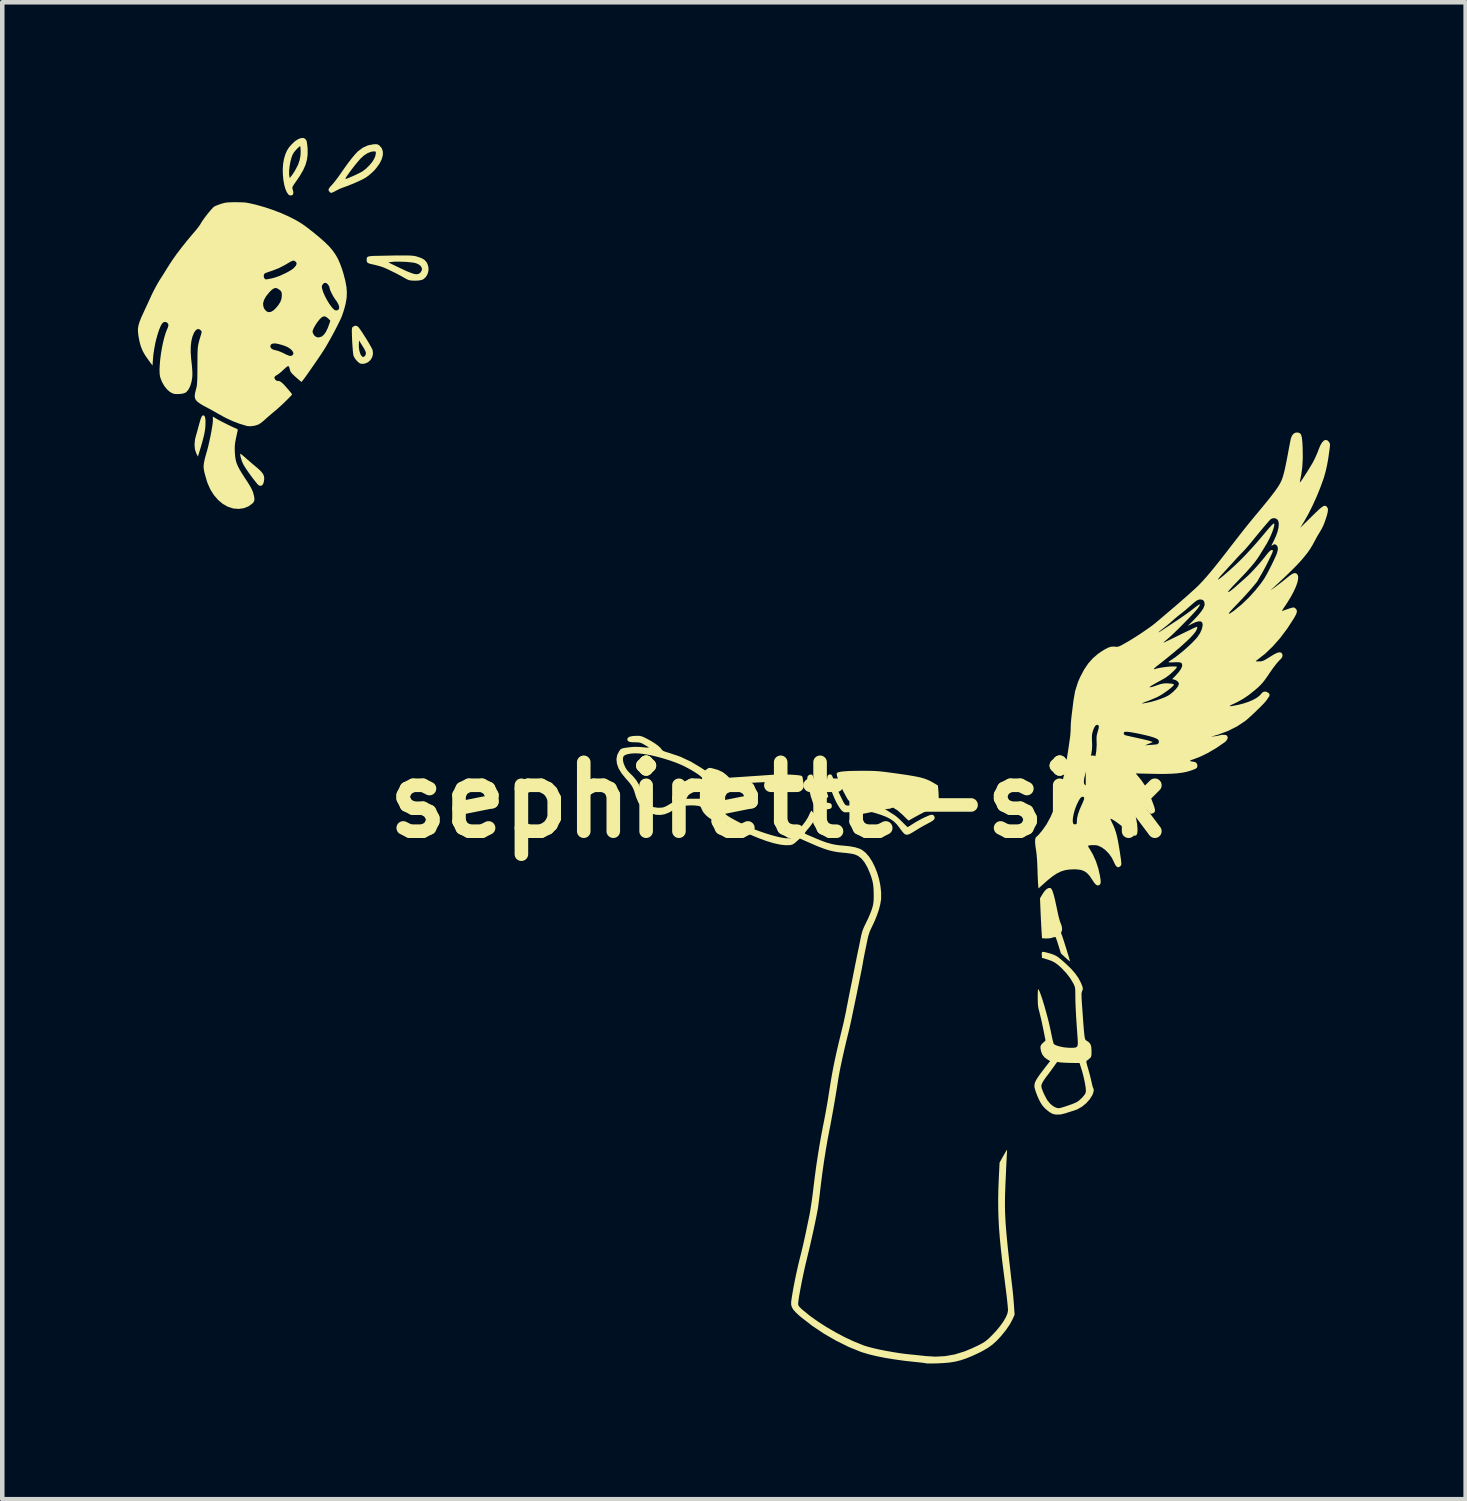
<source format=kicad_pcb>
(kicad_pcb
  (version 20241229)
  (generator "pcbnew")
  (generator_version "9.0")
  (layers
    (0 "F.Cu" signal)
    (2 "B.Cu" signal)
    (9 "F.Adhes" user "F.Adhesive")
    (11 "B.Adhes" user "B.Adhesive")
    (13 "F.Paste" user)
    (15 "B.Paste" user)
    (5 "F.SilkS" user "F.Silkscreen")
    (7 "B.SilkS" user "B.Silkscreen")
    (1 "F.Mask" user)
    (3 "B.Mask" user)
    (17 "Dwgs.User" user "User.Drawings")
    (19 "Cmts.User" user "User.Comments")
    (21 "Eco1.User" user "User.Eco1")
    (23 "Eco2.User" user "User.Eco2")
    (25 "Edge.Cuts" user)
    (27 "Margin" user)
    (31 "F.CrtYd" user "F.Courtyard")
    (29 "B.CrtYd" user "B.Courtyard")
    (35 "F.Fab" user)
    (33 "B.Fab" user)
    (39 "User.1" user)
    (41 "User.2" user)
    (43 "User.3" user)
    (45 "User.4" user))
  (footprint "sephirette-silk"
    (layer "F.Cu")
    (at 14.175 14.639)
    (property "Reference" "sephirette-silk" (at 0 0 0) (layer "F.SilkS") (effects (font (size 1.524 1.524) (thickness 0.3))))
    (attr board_only exclude_from_pos_files exclude_from_bom)
    (fp_poly (pts (xy -12.703 -8.492) (xy -12.688 -8.451) (xy -12.681 -8.382) (xy -12.683 -8.285) (xy -12.683 -8.279) (xy -12.687 -8.22) (xy -12.696 -8.159) (xy -12.709 -8.09) (xy -12.728 -8.01) (xy -12.753 -7.915) (xy -12.786 -7.801) (xy -12.828 -7.663) (xy -12.829 -7.66) (xy -12.849 -7.594) (xy -12.883 -7.66) (xy -12.914 -7.75) (xy -12.924 -7.854) (xy -12.914 -7.967) (xy -12.897 -8.039) (xy -12.879 -8.101) (xy -12.857 -8.179) (xy -12.835 -8.262) (xy -12.822 -8.308) (xy -12.8 -8.388) (xy -12.781 -8.444) (xy -12.765 -8.479) (xy -12.75 -8.499) (xy -12.732 -8.505) (xy -12.727 -8.506)) (stroke (width 0) (type solid)) (fill yes) (layer "F.SilkS"))
    (fp_poly (pts (xy 0.955 -0.528) (xy 0.968 -0.489) (xy 0.976 -0.454) (xy 0.988 -0.402) (xy 1.007 -0.334) (xy 1.03 -0.26) (xy 1.043 -0.218) (xy 1.063 -0.157) (xy 1.079 -0.106) (xy 1.087 -0.073) (xy 1.088 -0.062) (xy 1.071 -0.056) (xy 1.036 -0.05) (xy 1.025 -0.048) (xy 0.988 -0.045) (xy 0.967 -0.053) (xy 0.952 -0.08) (xy 0.945 -0.097) (xy 0.928 -0.146) (xy 0.91 -0.207) (xy 0.891 -0.276) (xy 0.874 -0.344) (xy 0.861 -0.406) (xy 0.853 -0.455) (xy 0.85 -0.484) (xy 0.851 -0.488) (xy 0.871 -0.507) (xy 0.889 -0.511) (xy 0.917 -0.517) (xy 0.926 -0.525) (xy 0.942 -0.539)) (stroke (width 0) (type solid)) (fill yes) (layer "F.SilkS"))
    (fp_poly (pts (xy -11.899 -7.651) (xy -11.87 -7.629) (xy -11.83 -7.595) (xy -11.81 -7.578) (xy -11.759 -7.532) (xy -11.694 -7.476) (xy -11.625 -7.417) (xy -11.574 -7.375) (xy -11.499 -7.31) (xy -11.446 -7.258) (xy -11.411 -7.212) (xy -11.391 -7.168) (xy -11.383 -7.123) (xy -11.385 -7.078) (xy -11.394 -7.026) (xy -11.409 -6.985) (xy -11.418 -6.972) (xy -11.441 -6.952) (xy -11.468 -6.948) (xy -11.498 -6.954) (xy -11.516 -6.968) (xy -11.547 -7.002) (xy -11.587 -7.052) (xy -11.634 -7.112) (xy -11.683 -7.178) (xy -11.732 -7.246) (xy -11.777 -7.312) (xy -11.815 -7.37) (xy -11.843 -7.417) (xy -11.849 -7.429) (xy -11.871 -7.478) (xy -11.89 -7.534) (xy -11.905 -7.587) (xy -11.913 -7.63) (xy -11.913 -7.655) (xy -11.911 -7.658)) (stroke (width 0) (type solid)) (fill yes) (layer "F.SilkS"))
    (fp_poly (pts (xy 0.731 -0.559) (xy 0.737 -0.554) (xy 0.752 -0.525) (xy 0.758 -0.475) (xy 0.759 -0.469) (xy 0.763 -0.414) (xy 0.774 -0.345) (xy 0.791 -0.269) (xy 0.812 -0.19) (xy 0.836 -0.114) (xy 0.861 -0.046) (xy 0.884 0.009) (xy 0.905 0.046) (xy 0.922 0.06) (xy 0.946 0.06) (xy 0.989 0.059) (xy 1.024 0.059) (xy 1.094 0.061) (xy 1.139 0.075) (xy 1.162 0.101) (xy 1.167 0.13) (xy 1.163 0.161) (xy 1.149 0.182) (xy 1.119 0.196) (xy 1.068 0.205) (xy 1.02 0.209) (xy 0.962 0.213) (xy 0.922 0.212) (xy 0.892 0.204) (xy 0.859 0.186) (xy 0.843 0.176) (xy 0.8 0.145) (xy 0.772 0.11) (xy 0.748 0.059) (xy 0.745 0.049) (xy 0.699 -0.09) (xy 0.669 -0.223) (xy 0.662 -0.269) (xy 0.655 -0.314) (xy 0.646 -0.348) (xy 0.642 -0.357) (xy 0.63 -0.388) (xy 0.624 -0.435) (xy 0.624 -0.483) (xy 0.631 -0.52) (xy 0.632 -0.522) (xy 0.658 -0.552) (xy 0.695 -0.565)) (stroke (width 0) (type solid)) (fill yes) (layer "F.SilkS"))
    (fp_poly (pts (xy -9.333 -10.482) (xy -9.294 -10.45) (xy -9.26 -10.403) (xy -9.218 -10.341) (xy -9.173 -10.271) (xy -9.126 -10.197) (xy -9.081 -10.123) (xy -9.042 -10.056) (xy -9.011 -10) (xy -8.991 -9.96) (xy -8.987 -9.948) (xy -8.978 -9.869) (xy -8.995 -9.794) (xy -9.033 -9.73) (xy -9.088 -9.68) (xy -9.157 -9.65) (xy -9.211 -9.644) (xy -9.248 -9.647) (xy -9.28 -9.662) (xy -9.317 -9.693) (xy -9.33 -9.706) (xy -9.371 -9.754) (xy -9.401 -9.805) (xy -9.409 -9.826) (xy -9.415 -9.859) (xy -9.422 -9.915) (xy -9.428 -9.989) (xy -9.434 -10.075) (xy -9.435 -10.084) (xy -9.291 -10.084) (xy -9.29 -10.006) (xy -9.28 -9.936) (xy -9.263 -9.877) (xy -9.241 -9.832) (xy -9.216 -9.804) (xy -9.189 -9.796) (xy -9.162 -9.812) (xy -9.147 -9.834) (xy -9.136 -9.862) (xy -9.136 -9.891) (xy -9.148 -9.928) (xy -9.173 -9.978) (xy -9.21 -10.038) (xy -9.286 -10.161) (xy -9.291 -10.084) (xy -9.435 -10.084) (xy -9.439 -10.161) (xy -9.443 -10.258) (xy -9.445 -10.33) (xy -9.446 -10.38) (xy -9.444 -10.415) (xy -9.44 -10.437) (xy -9.434 -10.451) (xy -9.425 -10.462) (xy -9.422 -10.464) (xy -9.377 -10.487)) (stroke (width 0) (type solid)) (fill yes) (layer "F.SilkS"))
    (fp_poly (pts (xy 6.002 1.946) (xy 6.008 1.95) (xy 6.028 1.973) (xy 6.049 2.02) (xy 6.072 2.093) (xy 6.098 2.192) (xy 6.121 2.298) (xy 6.146 2.413) (xy 6.165 2.504) (xy 6.181 2.574) (xy 6.195 2.627) (xy 6.206 2.667) (xy 6.216 2.699) (xy 6.227 2.725) (xy 6.231 2.733) (xy 6.25 2.789) (xy 6.258 2.844) (xy 6.254 2.89) (xy 6.243 2.913) (xy 6.235 2.939) (xy 6.241 2.956) (xy 6.25 2.979) (xy 6.266 3.023) (xy 6.286 3.083) (xy 6.309 3.155) (xy 6.334 3.233) (xy 6.359 3.313) (xy 6.382 3.39) (xy 6.403 3.458) (xy 6.419 3.514) (xy 6.429 3.551) (xy 6.432 3.566) (xy 6.432 3.566) (xy 6.42 3.559) (xy 6.391 3.536) (xy 6.352 3.502) (xy 6.33 3.482) (xy 6.233 3.392) (xy 6.178 3.217) (xy 6.157 3.149) (xy 6.138 3.092) (xy 6.123 3.051) (xy 6.114 3.031) (xy 6.114 3.031) (xy 6.095 3.029) (xy 6.061 3.037) (xy 6.049 3.042) (xy 5.983 3.058) (xy 5.904 3.061) (xy 5.814 3.056) (xy 5.803 2.889) (xy 5.799 2.816) (xy 5.794 2.724) (xy 5.789 2.621) (xy 5.784 2.515) (xy 5.781 2.447) (xy 5.77 2.173) (xy 5.826 2.078) (xy 5.872 2.012) (xy 5.918 1.967) (xy 5.963 1.944)) (stroke (width 0) (type solid)) (fill yes) (layer "F.SilkS"))
    (fp_poly (pts (xy -10.478 -14.621) (xy -10.449 -14.58) (xy -10.449 -14.58) (xy -10.441 -14.547) (xy -10.433 -14.494) (xy -10.426 -14.43) (xy -10.424 -14.4) (xy -10.423 -14.277) (xy -10.437 -14.161) (xy -10.469 -14.046) (xy -10.521 -13.929) (xy -10.593 -13.804) (xy -10.673 -13.686) (xy -10.715 -13.627) (xy -10.742 -13.586) (xy -10.757 -13.557) (xy -10.762 -13.536) (xy -10.759 -13.516) (xy -10.754 -13.503) (xy -10.739 -13.439) (xy -10.745 -13.395) (xy -10.755 -13.381) (xy -10.79 -13.365) (xy -10.829 -13.374) (xy -10.848 -13.388) (xy -10.886 -13.442) (xy -10.918 -13.52) (xy -10.943 -13.615) (xy -10.961 -13.722) (xy -10.971 -13.837) (xy -10.971 -13.844) (xy -10.833 -13.844) (xy -10.831 -13.817) (xy -10.821 -13.752) (xy -10.787 -13.792) (xy -10.763 -13.824) (xy -10.731 -13.872) (xy -10.698 -13.925) (xy -10.696 -13.93) (xy -10.637 -14.042) (xy -10.6 -14.147) (xy -10.581 -14.252) (xy -10.577 -14.334) (xy -10.579 -14.39) (xy -10.582 -14.433) (xy -10.587 -14.456) (xy -10.59 -14.458) (xy -10.605 -14.448) (xy -10.634 -14.422) (xy -10.671 -14.385) (xy -10.676 -14.38) (xy -10.725 -14.322) (xy -10.758 -14.265) (xy -10.781 -14.201) (xy -10.805 -14.109) (xy -10.822 -14.013) (xy -10.832 -13.922) (xy -10.833 -13.844) (xy -10.971 -13.844) (xy -10.973 -13.953) (xy -10.965 -14.065) (xy -10.948 -14.167) (xy -10.944 -14.183) (xy -10.914 -14.283) (xy -10.878 -14.363) (xy -10.833 -14.433) (xy -10.776 -14.498) (xy -10.706 -14.564) (xy -10.637 -14.61) (xy -10.575 -14.635) (xy -10.52 -14.639)) (stroke (width 0) (type solid)) (fill yes) (layer "F.SilkS"))
    (fp_poly (pts (xy -12.456 -8.44) (xy -12.413 -8.415) (xy -12.353 -8.383) (xy -12.282 -8.346) (xy -12.208 -8.309) (xy -12.136 -8.274) (xy -12.073 -8.244) (xy -12.025 -8.223) (xy -12.009 -8.217) (xy -11.976 -8.2) (xy -11.967 -8.181) (xy -11.969 -8.174) (xy -11.975 -8.149) (xy -11.985 -8.104) (xy -11.998 -8.044) (xy -12.008 -7.996) (xy -12.024 -7.912) (xy -12.033 -7.841) (xy -12.035 -7.769) (xy -12.032 -7.681) (xy -12.032 -7.68) (xy -12.026 -7.6) (xy -12.015 -7.529) (xy -11.998 -7.461) (xy -11.971 -7.393) (xy -11.933 -7.318) (xy -11.882 -7.232) (xy -11.816 -7.129) (xy -11.794 -7.096) (xy -11.734 -7.003) (xy -11.689 -6.928) (xy -11.657 -6.868) (xy -11.635 -6.816) (xy -11.625 -6.786) (xy -11.606 -6.71) (xy -11.599 -6.655) (xy -11.605 -6.614) (xy -11.623 -6.58) (xy -11.646 -6.555) (xy -11.732 -6.493) (xy -11.833 -6.453) (xy -11.945 -6.437) (xy -12.063 -6.446) (xy -12.079 -6.449) (xy -12.193 -6.487) (xy -12.303 -6.551) (xy -12.405 -6.637) (xy -12.496 -6.743) (xy -12.573 -6.865) (xy -12.633 -6.999) (xy -12.649 -7.044) (xy -12.679 -7.146) (xy -12.701 -7.226) (xy -12.715 -7.289) (xy -12.722 -7.342) (xy -12.723 -7.389) (xy -12.718 -7.436) (xy -12.714 -7.462) (xy -12.701 -7.527) (xy -12.681 -7.604) (xy -12.66 -7.679) (xy -12.657 -7.688) (xy -12.637 -7.759) (xy -12.615 -7.847) (xy -12.593 -7.945) (xy -12.571 -8.047) (xy -12.552 -8.148) (xy -12.536 -8.24) (xy -12.524 -8.319) (xy -12.518 -8.378) (xy -12.518 -8.393) (xy -12.518 -8.478)) (stroke (width 0) (type solid)) (fill yes) (layer "F.SilkS"))
    (fp_poly (pts (xy 1.926 -0.646) (xy 2.017 -0.645) (xy 2.097 -0.643) (xy 2.171 -0.639) (xy 2.247 -0.632) (xy 2.331 -0.623) (xy 2.43 -0.61) (xy 2.551 -0.594) (xy 2.558 -0.593) (xy 2.719 -0.57) (xy 2.854 -0.55) (xy 2.967 -0.531) (xy 3.062 -0.513) (xy 3.141 -0.495) (xy 3.209 -0.475) (xy 3.268 -0.454) (xy 3.323 -0.43) (xy 3.376 -0.402) (xy 3.415 -0.38) (xy 3.512 -0.322) (xy 3.521 -0.232) (xy 3.526 -0.171) (xy 3.529 -0.096) (xy 3.531 -0.024) (xy 3.531 -0.022) (xy 3.531 0.097) (xy 3.461 0.135) (xy 3.424 0.154) (xy 3.367 0.184) (xy 3.297 0.221) (xy 3.221 0.261) (xy 3.188 0.278) (xy 3.113 0.317) (xy 3.043 0.355) (xy 2.984 0.387) (xy 2.941 0.411) (xy 2.929 0.418) (xy 2.894 0.439) (xy 2.868 0.451) (xy 2.863 0.452) (xy 2.849 0.442) (xy 2.82 0.414) (xy 2.78 0.375) (xy 2.743 0.337) (xy 2.616 0.226) (xy 2.47 0.137) (xy 2.306 0.071) (xy 2.124 0.027) (xy 1.948 0.006) (xy 1.821 0.003) (xy 1.707 0.01) (xy 1.671 0.014) (xy 1.613 0.023) (xy 1.577 0.026) (xy 1.555 0.023) (xy 1.54 0.012) (xy 1.527 -0.002) (xy 1.51 -0.028) (xy 1.484 -0.074) (xy 1.452 -0.134) (xy 1.417 -0.2) (xy 1.415 -0.204) (xy 1.37 -0.299) (xy 1.332 -0.387) (xy 1.302 -0.465) (xy 1.283 -0.528) (xy 1.274 -0.574) (xy 1.278 -0.598) (xy 1.278 -0.598) (xy 1.307 -0.613) (xy 1.362 -0.626) (xy 1.442 -0.635) (xy 1.55 -0.642) (xy 1.685 -0.645) (xy 1.816 -0.646)) (stroke (width 0) (type solid)) (fill yes) (layer "F.SilkS"))
    (fp_poly (pts (xy -8.227 -12.041) (xy -8.167 -12.039) (xy -8.118 -12.036) (xy -8.078 -12.032) (xy -8.045 -12.026) (xy -8.015 -12.019) (xy -7.986 -12.01) (xy -7.905 -11.981) (xy -7.846 -11.947) (xy -7.804 -11.906) (xy -7.776 -11.86) (xy -7.752 -11.785) (xy -7.751 -11.706) (xy -7.771 -11.63) (xy -7.809 -11.564) (xy -7.865 -11.515) (xy -7.882 -11.506) (xy -7.927 -11.493) (xy -7.99 -11.485) (xy -8.06 -11.483) (xy -8.128 -11.486) (xy -8.181 -11.495) (xy -8.185 -11.496) (xy -8.217 -11.509) (xy -8.262 -11.532) (xy -8.3 -11.554) (xy -8.371 -11.594) (xy -8.456 -11.639) (xy -8.547 -11.684) (xy -8.635 -11.727) (xy -8.712 -11.762) (xy -8.762 -11.782) (xy -8.822 -11.802) (xy -8.896 -11.822) (xy -8.965 -11.839) (xy -9.034 -11.854) (xy -9.079 -11.869) (xy -9.104 -11.886) (xy -9.105 -11.888) (xy -8.64 -11.888) (xy -8.474 -11.807) (xy -8.349 -11.747) (xy -8.247 -11.699) (xy -8.164 -11.665) (xy -8.099 -11.641) (xy -8.047 -11.628) (xy -8.006 -11.626) (xy -7.974 -11.632) (xy -7.947 -11.647) (xy -7.929 -11.663) (xy -7.899 -11.709) (xy -7.896 -11.757) (xy -7.918 -11.802) (xy -7.964 -11.841) (xy -8.029 -11.87) (xy -8.08 -11.881) (xy -8.153 -11.89) (xy -8.239 -11.898) (xy -8.332 -11.902) (xy -8.422 -11.904) (xy -8.502 -11.903) (xy -8.557 -11.898) (xy -8.64 -11.888) (xy -9.105 -11.888) (xy -9.116 -11.91) (xy -9.118 -11.939) (xy -9.117 -11.969) (xy -9.113 -11.991) (xy -9.101 -12.007) (xy -9.078 -12.018) (xy -9.04 -12.025) (xy -8.984 -12.03) (xy -8.906 -12.032) (xy -8.809 -12.034) (xy -8.646 -12.037) (xy -8.509 -12.04) (xy -8.395 -12.041) (xy -8.302 -12.041)) (stroke (width 0) (type solid)) (fill yes) (layer "F.SilkS"))
    (fp_poly (pts (xy -8.883 -14.498) (xy -8.857 -14.486) (xy -8.831 -14.467) (xy -8.783 -14.409) (xy -8.76 -14.338) (xy -8.76 -14.258) (xy -8.785 -14.169) (xy -8.832 -14.074) (xy -8.902 -13.976) (xy -8.953 -13.917) (xy -9.011 -13.862) (xy -9.076 -13.807) (xy -9.137 -13.763) (xy -9.149 -13.756) (xy -9.205 -13.725) (xy -9.281 -13.689) (xy -9.369 -13.649) (xy -9.462 -13.61) (xy -9.55 -13.575) (xy -9.628 -13.547) (xy -9.651 -13.539) (xy -9.695 -13.522) (xy -9.751 -13.496) (xy -9.798 -13.471) (xy -9.851 -13.443) (xy -9.886 -13.428) (xy -9.909 -13.425) (xy -9.926 -13.434) (xy -9.94 -13.449) (xy -9.959 -13.475) (xy -9.961 -13.501) (xy -9.945 -13.533) (xy -9.91 -13.575) (xy -9.888 -13.599) (xy -9.849 -13.643) (xy -9.801 -13.703) (xy -9.77 -13.745) (xy -9.587 -13.745) (xy -9.585 -13.735) (xy -9.568 -13.736) (xy -9.531 -13.749) (xy -9.474 -13.773) (xy -9.407 -13.802) (xy -9.341 -13.832) (xy -9.275 -13.865) (xy -9.221 -13.894) (xy -9.208 -13.902) (xy -9.132 -13.96) (xy -9.058 -14.033) (xy -8.993 -14.111) (xy -8.952 -14.178) (xy -8.929 -14.233) (xy -8.917 -14.283) (xy -8.915 -14.321) (xy -8.927 -14.341) (xy -8.932 -14.343) (xy -9.012 -14.336) (xy -9.096 -14.304) (xy -9.181 -14.249) (xy -9.256 -14.18) (xy -9.32 -14.106) (xy -9.392 -14.017) (xy -9.467 -13.92) (xy -9.536 -13.824) (xy -9.555 -13.796) (xy -9.576 -13.765) (xy -9.587 -13.745) (xy -9.77 -13.745) (xy -9.749 -13.772) (xy -9.703 -13.838) (xy -9.616 -13.963) (xy -9.533 -14.078) (xy -9.456 -14.178) (xy -9.387 -14.262) (xy -9.329 -14.325) (xy -9.305 -14.348) (xy -9.201 -14.425) (xy -9.089 -14.475) (xy -8.973 -14.498) (xy -8.972 -14.498) (xy -8.918 -14.501)) (stroke (width 0) (type solid)) (fill yes) (layer "F.SilkS"))
    (fp_poly (pts (xy 1.156 -0.559) (xy 1.171 -0.538) (xy 1.189 -0.499) (xy 1.21 -0.437) (xy 1.231 -0.379) (xy 1.261 -0.303) (xy 1.298 -0.218) (xy 1.337 -0.132) (xy 1.352 -0.1) (xy 1.391 -0.021) (xy 1.419 0.036) (xy 1.441 0.074) (xy 1.458 0.098) (xy 1.474 0.111) (xy 1.491 0.118) (xy 1.506 0.121) (xy 1.544 0.122) (xy 1.601 0.119) (xy 1.665 0.113) (xy 1.681 0.11) (xy 1.81 0.1) (xy 1.945 0.104) (xy 2.08 0.122) (xy 2.207 0.151) (xy 2.319 0.192) (xy 2.402 0.237) (xy 2.456 0.273) (xy 2.514 0.309) (xy 2.539 0.324) (xy 2.576 0.35) (xy 2.627 0.392) (xy 2.682 0.443) (xy 2.719 0.48) (xy 2.766 0.527) (xy 2.805 0.565) (xy 2.832 0.59) (xy 2.843 0.598) (xy 2.859 0.59) (xy 2.892 0.57) (xy 2.935 0.542) (xy 2.94 0.539) (xy 3.006 0.497) (xy 3.08 0.455) (xy 3.156 0.414) (xy 3.229 0.378) (xy 3.294 0.35) (xy 3.345 0.33) (xy 3.378 0.324) (xy 3.38 0.324) (xy 3.421 0.34) (xy 3.44 0.375) (xy 3.438 0.411) (xy 3.428 0.431) (xy 3.403 0.453) (xy 3.36 0.481) (xy 3.295 0.516) (xy 3.279 0.525) (xy 3.202 0.566) (xy 3.119 0.613) (xy 3.043 0.659) (xy 3.008 0.681) (xy 2.934 0.726) (xy 2.879 0.755) (xy 2.837 0.767) (xy 2.804 0.765) (xy 2.775 0.751) (xy 2.752 0.729) (xy 2.719 0.689) (xy 2.68 0.639) (xy 2.661 0.611) (xy 2.602 0.536) (xy 2.539 0.474) (xy 2.465 0.422) (xy 2.377 0.376) (xy 2.269 0.333) (xy 2.152 0.295) (xy 2.06 0.269) (xy 1.986 0.252) (xy 1.92 0.243) (xy 1.855 0.241) (xy 1.78 0.245) (xy 1.685 0.256) (xy 1.609 0.264) (xy 1.539 0.269) (xy 1.484 0.272) (xy 1.449 0.271) (xy 1.445 0.27) (xy 1.413 0.256) (xy 1.379 0.226) (xy 1.342 0.177) (xy 1.298 0.107) (xy 1.261 0.039) (xy 1.236 -0.014) (xy 1.206 -0.083) (xy 1.175 -0.162) (xy 1.144 -0.244) (xy 1.115 -0.325) (xy 1.091 -0.398) (xy 1.074 -0.458) (xy 1.066 -0.498) (xy 1.065 -0.505) (xy 1.077 -0.543) (xy 1.109 -0.565) (xy 1.138 -0.566)) (stroke (width 0) (type solid)) (fill yes) (layer "F.SilkS"))
    (fp_poly (pts (xy 5.861 3.359) (xy 5.912 3.371) (xy 5.965 3.385) (xy 6.028 3.404) (xy 6.08 3.423) (xy 6.126 3.446) (xy 6.173 3.476) (xy 6.226 3.518) (xy 6.291 3.574) (xy 6.332 3.611) (xy 6.451 3.724) (xy 6.545 3.831) (xy 6.619 3.936) (xy 6.676 4.044) (xy 6.705 4.117) (xy 6.716 4.158) (xy 6.715 4.19) (xy 6.702 4.221) (xy 6.696 4.237) (xy 6.691 4.256) (xy 6.688 4.282) (xy 6.688 4.318) (xy 6.689 4.367) (xy 6.692 4.433) (xy 6.698 4.52) (xy 6.706 4.631) (xy 6.711 4.699) (xy 6.721 4.846) (xy 6.73 4.967) (xy 6.738 5.065) (xy 6.745 5.141) (xy 6.751 5.199) (xy 6.757 5.242) (xy 6.764 5.273) (xy 6.771 5.293) (xy 6.779 5.306) (xy 6.789 5.315) (xy 6.801 5.322) (xy 6.805 5.324) (xy 6.852 5.357) (xy 6.883 5.396) (xy 6.901 5.448) (xy 6.908 5.519) (xy 6.908 5.554) (xy 6.908 5.614) (xy 6.905 5.654) (xy 6.897 5.68) (xy 6.883 5.699) (xy 6.862 5.718) (xy 6.83 5.745) (xy 6.804 5.763) (xy 6.799 5.765) (xy 6.794 5.778) (xy 6.798 5.811) (xy 6.812 5.868) (xy 6.833 5.938) (xy 6.856 6.02) (xy 6.879 6.106) (xy 6.898 6.186) (xy 6.908 6.23) (xy 6.921 6.287) (xy 6.933 6.334) (xy 6.943 6.363) (xy 6.946 6.368) (xy 6.958 6.399) (xy 6.954 6.448) (xy 6.935 6.506) (xy 6.932 6.514) (xy 6.873 6.612) (xy 6.792 6.703) (xy 6.697 6.781) (xy 6.593 6.84) (xy 6.524 6.865) (xy 6.465 6.883) (xy 6.396 6.905) (xy 6.339 6.924) (xy 6.226 6.952) (xy 6.123 6.955) (xy 6.062 6.943) (xy 6.01 6.919) (xy 5.95 6.878) (xy 5.888 6.825) (xy 5.834 6.767) (xy 5.818 6.747) (xy 5.786 6.698) (xy 5.752 6.633) (xy 5.718 6.559) (xy 5.688 6.482) (xy 5.664 6.412) (xy 5.649 6.355) (xy 5.646 6.327) (xy 5.647 6.316) (xy 5.8 6.316) (xy 5.802 6.349) (xy 5.814 6.391) (xy 5.836 6.448) (xy 5.868 6.521) (xy 5.929 6.634) (xy 5.998 6.719) (xy 6.076 6.779) (xy 6.135 6.805) (xy 6.159 6.812) (xy 6.183 6.813) (xy 6.215 6.809) (xy 6.259 6.797) (xy 6.321 6.778) (xy 6.365 6.763) (xy 6.439 6.738) (xy 6.507 6.712) (xy 6.562 6.688) (xy 6.598 6.67) (xy 6.598 6.67) (xy 6.637 6.64) (xy 6.683 6.598) (xy 6.718 6.561) (xy 6.755 6.516) (xy 6.775 6.482) (xy 6.783 6.448) (xy 6.784 6.422) (xy 6.78 6.365) (xy 6.768 6.289) (xy 6.751 6.199) (xy 6.729 6.103) (xy 6.705 6.01) (xy 6.684 5.941) (xy 6.644 5.815) (xy 6.47 5.813) (xy 6.393 5.811) (xy 6.319 5.808) (xy 6.257 5.804) (xy 6.222 5.801) (xy 6.149 5.791) (xy 6.057 5.919) (xy 6.012 5.982) (xy 5.966 6.044) (xy 5.925 6.098) (xy 5.908 6.12) (xy 5.871 6.171) (xy 5.837 6.224) (xy 5.82 6.255) (xy 5.806 6.287) (xy 5.8 6.316) (xy 5.647 6.316) (xy 5.648 6.292) (xy 5.655 6.257) (xy 5.67 6.22) (xy 5.693 6.176) (xy 5.728 6.122) (xy 5.775 6.055) (xy 5.837 5.973) (xy 5.915 5.872) (xy 5.995 5.77) (xy 5.947 5.746) (xy 5.873 5.693) (xy 5.82 5.626) (xy 5.793 5.556) (xy 5.781 5.494) (xy 5.78 5.451) (xy 5.792 5.418) (xy 5.817 5.386) (xy 5.835 5.37) (xy 5.892 5.317) (xy 5.843 5.069) (xy 5.823 4.976) (xy 5.803 4.881) (xy 5.782 4.792) (xy 5.764 4.72) (xy 5.757 4.69) (xy 5.74 4.628) (xy 5.729 4.572) (xy 5.723 4.513) (xy 5.72 4.442) (xy 5.719 4.363) (xy 5.72 4.288) (xy 5.722 4.231) (xy 5.726 4.193) (xy 5.731 4.18) (xy 5.732 4.181) (xy 5.749 4.21) (xy 5.772 4.264) (xy 5.799 4.338) (xy 5.829 4.429) (xy 5.861 4.533) (xy 5.893 4.645) (xy 5.925 4.763) (xy 5.956 4.881) (xy 5.983 4.997) (xy 6.007 5.105) (xy 6.011 5.128) (xy 6.028 5.209) (xy 6.043 5.28) (xy 6.057 5.338) (xy 6.067 5.376) (xy 6.071 5.387) (xy 6.097 5.41) (xy 6.145 5.431) (xy 6.211 5.45) (xy 6.288 5.466) (xy 6.369 5.475) (xy 6.43 5.478) (xy 6.494 5.478) (xy 6.542 5.475) (xy 6.574 5.465) (xy 6.594 5.444) (xy 6.604 5.409) (xy 6.606 5.356) (xy 6.602 5.28) (xy 6.596 5.199) (xy 6.581 4.982) (xy 6.568 4.786) (xy 6.559 4.612) (xy 6.553 4.462) (xy 6.551 4.339) (xy 6.551 4.314) (xy 6.55 4.24) (xy 6.548 4.186) (xy 6.543 4.146) (xy 6.533 4.112) (xy 6.517 4.076) (xy 6.505 4.052) (xy 6.44 3.943) (xy 6.353 3.83) (xy 6.251 3.72) (xy 6.235 3.705) (xy 6.159 3.638) (xy 6.091 3.59) (xy 6.018 3.554) (xy 5.933 3.525) (xy 5.924 3.522) (xy 5.814 3.49) (xy 5.809 3.423) (xy 5.808 3.388) (xy 5.813 3.366) (xy 5.829 3.357)) (stroke (width 0) (type solid)) (fill yes) (layer "F.SilkS"))
    (fp_poly (pts (xy -11.925 -13.217) (xy -11.858 -13.215) (xy -11.8 -13.211) (xy -11.742 -13.202) (xy -11.677 -13.188) (xy -11.594 -13.169) (xy -11.561 -13.161) (xy -11.38 -13.11) (xy -11.194 -13.048) (xy -11.011 -12.978) (xy -10.842 -12.903) (xy -10.754 -12.859) (xy -10.677 -12.818) (xy -10.612 -12.78) (xy -10.553 -12.743) (xy -10.493 -12.702) (xy -10.427 -12.653) (xy -10.348 -12.591) (xy -10.3 -12.554) (xy -10.164 -12.442) (xy -10.049 -12.341) (xy -9.954 -12.248) (xy -9.875 -12.157) (xy -9.81 -12.065) (xy -9.754 -11.968) (xy -9.707 -11.861) (xy -9.663 -11.742) (xy -9.628 -11.628) (xy -9.589 -11.476) (xy -9.564 -11.342) (xy -9.556 -11.219) (xy -9.561 -11.1) (xy -9.582 -10.979) (xy -9.592 -10.936) (xy -9.614 -10.856) (xy -9.64 -10.772) (xy -9.667 -10.697) (xy -9.68 -10.665) (xy -9.713 -10.593) (xy -9.758 -10.502) (xy -9.811 -10.399) (xy -9.868 -10.291) (xy -9.928 -10.183) (xy -9.985 -10.082) (xy -10.037 -9.994) (xy -10.055 -9.965) (xy -10.089 -9.912) (xy -10.134 -9.844) (xy -10.188 -9.764) (xy -10.247 -9.678) (xy -10.308 -9.59) (xy -10.367 -9.505) (xy -10.422 -9.426) (xy -10.469 -9.36) (xy -10.506 -9.31) (xy -10.524 -9.287) (xy -10.558 -9.244) (xy -10.594 -9.272) (xy -10.622 -9.296) (xy -10.664 -9.332) (xy -10.71 -9.373) (xy -10.719 -9.381) (xy -10.765 -9.426) (xy -10.794 -9.46) (xy -10.81 -9.493) (xy -10.818 -9.524) (xy -10.828 -9.564) (xy -10.843 -9.591) (xy -10.848 -9.595) (xy -10.868 -9.589) (xy -10.902 -9.564) (xy -10.947 -9.524) (xy -10.958 -9.513) (xy -11.006 -9.468) (xy -11.054 -9.429) (xy -11.093 -9.402) (xy -11.101 -9.398) (xy -11.136 -9.376) (xy -11.156 -9.352) (xy -11.158 -9.347) (xy -11.152 -9.315) (xy -11.13 -9.285) (xy -11.102 -9.268) (xy -11.089 -9.267) (xy -11.058 -9.266) (xy -11.026 -9.252) (xy -10.988 -9.224) (xy -10.94 -9.177) (xy -10.884 -9.114) (xy -10.839 -9.062) (xy -10.802 -9.017) (xy -10.777 -8.985) (xy -10.767 -8.97) (xy -10.767 -8.969) (xy -10.777 -8.954) (xy -10.805 -8.923) (xy -10.847 -8.88) (xy -10.898 -8.829) (xy -10.955 -8.774) (xy -11.014 -8.719) (xy -11.071 -8.667) (xy -11.121 -8.623) (xy -11.154 -8.596) (xy -11.215 -8.545) (xy -11.284 -8.486) (xy -11.347 -8.43) (xy -11.356 -8.421) (xy -11.408 -8.376) (xy -11.46 -8.335) (xy -11.504 -8.307) (xy -11.517 -8.301) (xy -11.591 -8.277) (xy -11.671 -8.265) (xy -11.746 -8.267) (xy -11.774 -8.273) (xy -11.938 -8.323) (xy -12.09 -8.381) (xy -12.242 -8.453) (xy -12.386 -8.532) (xy -12.457 -8.573) (xy -12.531 -8.614) (xy -12.598 -8.651) (xy -12.627 -8.666) (xy -12.729 -8.72) (xy -12.806 -8.767) (xy -12.862 -8.809) (xy -12.898 -8.85) (xy -12.916 -8.893) (xy -12.92 -8.943) (xy -12.911 -9.003) (xy -12.896 -9.062) (xy -12.886 -9.1) (xy -12.878 -9.134) (xy -12.872 -9.171) (xy -12.868 -9.214) (xy -12.865 -9.267) (xy -12.862 -9.334) (xy -12.861 -9.42) (xy -12.86 -9.528) (xy -12.86 -9.607) (xy -12.859 -9.728) (xy -12.859 -9.825) (xy -12.857 -9.903) (xy -12.854 -9.965) (xy -12.85 -10.018) (xy -12.848 -10.028) (xy -11.248 -10.028) (xy -11.234 -9.991) (xy -11.194 -9.963) (xy -11.13 -9.944) (xy -11.121 -9.943) (xy -11.08 -9.932) (xy -11.023 -9.91) (xy -10.961 -9.882) (xy -10.939 -9.871) (xy -10.875 -9.84) (xy -10.83 -9.823) (xy -10.798 -9.819) (xy -10.772 -9.827) (xy -10.756 -9.837) (xy -10.738 -9.866) (xy -10.744 -9.903) (xy -10.772 -9.944) (xy -10.819 -9.985) (xy -10.867 -10.015) (xy -10.925 -10.04) (xy -10.994 -10.063) (xy -11.065 -10.082) (xy -11.126 -10.094) (xy -11.153 -10.096) (xy -11.207 -10.089) (xy -11.238 -10.068) (xy -11.248 -10.03) (xy -11.248 -10.028) (xy -12.848 -10.028) (xy -12.842 -10.065) (xy -12.832 -10.112) (xy -12.819 -10.163) (xy -12.801 -10.223) (xy -12.779 -10.296) (xy -12.768 -10.336) (xy -12.769 -10.357) (xy -10.315 -10.357) (xy -10.305 -10.32) (xy -10.282 -10.279) (xy -10.277 -10.272) (xy -10.231 -10.236) (xy -10.176 -10.228) (xy -10.114 -10.247) (xy -10.112 -10.248) (xy -10.067 -10.285) (xy -10.022 -10.347) (xy -9.981 -10.429) (xy -9.956 -10.495) (xy -9.921 -10.598) (xy -9.967 -10.646) (xy -10.015 -10.684) (xy -10.06 -10.695) (xy -10.105 -10.679) (xy -10.154 -10.634) (xy -10.16 -10.627) (xy -10.211 -10.562) (xy -10.255 -10.495) (xy -10.289 -10.433) (xy -10.31 -10.383) (xy -10.315 -10.357) (xy -12.769 -10.357) (xy -12.769 -10.361) (xy -12.783 -10.383) (xy -12.787 -10.387) (xy -12.825 -10.413) (xy -12.863 -10.411) (xy -12.901 -10.383) (xy -12.936 -10.331) (xy -12.967 -10.254) (xy -12.97 -10.247) (xy -12.994 -10.146) (xy -13.007 -10.034) (xy -13.009 -9.908) (xy -12.999 -9.761) (xy -12.993 -9.706) (xy -12.981 -9.593) (xy -12.974 -9.503) (xy -12.971 -9.43) (xy -12.973 -9.366) (xy -12.98 -9.307) (xy -12.991 -9.246) (xy -12.992 -9.243) (xy -13.019 -9.152) (xy -13.058 -9.076) (xy -13.105 -9.021) (xy -13.121 -9.009) (xy -13.164 -8.992) (xy -13.224 -8.98) (xy -13.292 -8.976) (xy -13.356 -8.978) (xy -13.4 -8.987) (xy -13.468 -9.023) (xy -13.534 -9.082) (xy -13.595 -9.159) (xy -13.646 -9.249) (xy -13.682 -9.346) (xy -13.685 -9.356) (xy -13.695 -9.423) (xy -13.698 -9.512) (xy -13.693 -9.619) (xy -13.683 -9.737) (xy -13.667 -9.862) (xy -13.646 -9.989) (xy -13.621 -10.112) (xy -13.593 -10.225) (xy -13.563 -10.324) (xy -13.539 -10.388) (xy -13.515 -10.445) (xy -13.503 -10.484) (xy -13.503 -10.511) (xy -13.507 -10.527) (xy -13.537 -10.561) (xy -13.578 -10.572) (xy -13.613 -10.562) (xy -13.642 -10.534) (xy -13.673 -10.48) (xy -13.704 -10.405) (xy -13.735 -10.314) (xy -13.765 -10.21) (xy -13.792 -10.098) (xy -13.814 -9.98) (xy -13.832 -9.863) (xy -13.843 -9.749) (xy -13.843 -9.746) (xy -13.853 -9.607) (xy -13.942 -9.727) (xy -14.014 -9.83) (xy -14.069 -9.927) (xy -14.11 -10.027) (xy -14.141 -10.138) (xy -14.165 -10.268) (xy -14.168 -10.292) (xy -14.175 -10.363) (xy -14.174 -10.43) (xy -14.162 -10.499) (xy -14.139 -10.575) (xy -14.104 -10.665) (xy -14.057 -10.767) (xy -14.021 -10.846) (xy -13.977 -10.94) (xy -13.96 -10.976) (xy -11.409 -10.976) (xy -11.4 -10.903) (xy -11.38 -10.858) (xy -11.337 -10.808) (xy -11.288 -10.787) (xy -11.234 -10.794) (xy -11.175 -10.829) (xy -11.138 -10.864) (xy -11.069 -10.944) (xy -11.025 -11.017) (xy -11 -11.087) (xy -10.994 -11.151) (xy -10.995 -11.201) (xy -11.002 -11.232) (xy -11.018 -11.257) (xy -11.044 -11.279) (xy -11.09 -11.311) (xy -11.131 -11.322) (xy -11.173 -11.311) (xy -11.221 -11.277) (xy -11.266 -11.232) (xy -11.341 -11.14) (xy -11.389 -11.055) (xy -11.409 -10.976) (xy -13.96 -10.976) (xy -13.932 -11.038) (xy -13.89 -11.129) (xy -13.886 -11.139) (xy -13.843 -11.229) (xy -13.793 -11.325) (xy -13.778 -11.353) (xy -10.11 -11.353) (xy -10.101 -11.298) (xy -10.078 -11.226) (xy -10.042 -11.145) (xy -9.998 -11.06) (xy -9.948 -10.977) (xy -9.899 -10.909) (xy -9.861 -10.864) (xy -9.832 -10.838) (xy -9.806 -10.827) (xy -9.789 -10.825) (xy -9.75 -10.834) (xy -9.73 -10.859) (xy -9.725 -10.904) (xy -9.743 -10.961) (xy -9.782 -11.028) (xy -9.802 -11.055) (xy -9.831 -11.096) (xy -9.863 -11.149) (xy -9.893 -11.205) (xy -9.917 -11.256) (xy -9.932 -11.295) (xy -9.935 -11.31) (xy -9.945 -11.352) (xy -9.97 -11.394) (xy -10.002 -11.425) (xy -10.019 -11.433) (xy -10.054 -11.434) (xy -10.082 -11.411) (xy -10.084 -11.409) (xy -10.103 -11.377) (xy -10.11 -11.353) (xy -13.778 -11.353) (xy -13.742 -11.418) (xy -13.695 -11.497) (xy -13.69 -11.504) (xy -13.646 -11.574) (xy -11.393 -11.574) (xy -11.382 -11.538) (xy -11.359 -11.515) (xy -11.344 -11.511) (xy -11.323 -11.514) (xy -11.282 -11.521) (xy -11.229 -11.531) (xy -11.219 -11.533) (xy -11.142 -11.554) (xy -11.054 -11.585) (xy -10.963 -11.625) (xy -10.874 -11.668) (xy -10.798 -11.712) (xy -10.739 -11.753) (xy -10.727 -11.765) (xy -10.683 -11.815) (xy -10.666 -11.857) (xy -10.677 -11.892) (xy -10.699 -11.912) (xy -10.718 -11.923) (xy -10.736 -11.927) (xy -10.759 -11.922) (xy -10.791 -11.908) (xy -10.837 -11.882) (xy -10.903 -11.843) (xy -10.919 -11.833) (xy -11.062 -11.759) (xy -11.202 -11.705) (xy -11.266 -11.684) (xy -11.321 -11.664) (xy -11.36 -11.649) (xy -11.374 -11.641) (xy -11.392 -11.611) (xy -11.393 -11.574) (xy -13.646 -11.574) (xy -13.639 -11.584) (xy -13.581 -11.676) (xy -13.524 -11.768) (xy -13.483 -11.833) (xy -13.409 -11.946) (xy -13.318 -12.075) (xy -13.211 -12.215) (xy -13.094 -12.362) (xy -12.969 -12.511) (xy -12.944 -12.54) (xy -12.893 -12.6) (xy -12.848 -12.657) (xy -12.813 -12.704) (xy -12.792 -12.736) (xy -12.789 -12.742) (xy -12.77 -12.775) (xy -12.737 -12.824) (xy -12.695 -12.883) (xy -12.647 -12.945) (xy -12.598 -13.006) (xy -12.552 -13.059) (xy -12.515 -13.099) (xy -12.491 -13.12) (xy -12.459 -13.136) (xy -12.408 -13.157) (xy -12.349 -13.178) (xy -12.338 -13.182) (xy -12.289 -13.196) (xy -12.243 -13.207) (xy -12.195 -13.213) (xy -12.137 -13.216) (xy -12.06 -13.218) (xy -12.009 -13.218)) (stroke (width 0) (type solid)) (fill yes) (layer "F.SilkS"))
    (fp_poly (pts (xy -3.073 -1.417) (xy -3.036 -1.408) (xy -2.993 -1.391) (xy -2.935 -1.362) (xy -2.925 -1.357) (xy -2.831 -1.306) (xy -2.746 -1.253) (xy -2.676 -1.202) (xy -2.625 -1.156) (xy -2.6 -1.124) (xy -2.585 -1.104) (xy -2.563 -1.088) (xy -2.527 -1.072) (xy -2.473 -1.054) (xy -2.43 -1.042) (xy -2.188 -0.96) (xy -1.951 -0.85) (xy -1.739 -0.723) (xy -1.635 -0.655) (xy -1.592 -0.686) (xy -1.563 -0.705) (xy -1.536 -0.711) (xy -1.498 -0.707) (xy -1.477 -0.702) (xy -1.347 -0.665) (xy -1.241 -0.614) (xy -1.169 -0.559) (xy -1.101 -0.494) (xy -0.751 -0.517) (xy -0.636 -0.525) (xy -0.514 -0.533) (xy -0.395 -0.541) (xy -0.286 -0.549) (xy -0.195 -0.555) (xy -0.175 -0.557) (xy -0.07 -0.562) (xy 0.043 -0.565) (xy 0.157 -0.564) (xy 0.265 -0.561) (xy 0.36 -0.555) (xy 0.437 -0.547) (xy 0.467 -0.542) (xy 0.496 -0.534) (xy 0.513 -0.521) (xy 0.522 -0.494) (xy 0.528 -0.452) (xy 0.533 -0.408) (xy 0.535 -0.378) (xy 0.535 -0.37) (xy 0.521 -0.372) (xy 0.485 -0.378) (xy 0.438 -0.388) (xy 0.371 -0.398) (xy 0.281 -0.404) (xy 0.166 -0.407) (xy 0.026 -0.407) (xy -0.141 -0.403) (xy -0.335 -0.395) (xy -0.525 -0.386) (xy -0.685 -0.377) (xy -0.819 -0.369) (xy -0.928 -0.362) (xy -1.015 -0.355) (xy -1.081 -0.347) (xy -1.131 -0.34) (xy -1.164 -0.332) (xy -1.185 -0.324) (xy -1.19 -0.321) (xy -1.211 -0.289) (xy -1.23 -0.236) (xy -1.245 -0.168) (xy -1.253 -0.095) (xy -1.255 -0.055) (xy -1.251 0.015) (xy -1.242 0.095) (xy -1.228 0.174) (xy -1.211 0.245) (xy -1.193 0.297) (xy -1.189 0.306) (xy -1.168 0.327) (xy -1.124 0.358) (xy -1.061 0.397) (xy -0.982 0.44) (xy -0.892 0.488) (xy -0.793 0.537) (xy -0.69 0.585) (xy -0.632 0.611) (xy -0.521 0.657) (xy -0.402 0.701) (xy -0.28 0.742) (xy -0.161 0.778) (xy -0.049 0.808) (xy 0.05 0.83) (xy 0.131 0.843) (xy 0.175 0.846) (xy 0.258 0.846) (xy 0.351 0.747) (xy 0.45 0.639) (xy 0.528 0.546) (xy 0.589 0.464) (xy 0.635 0.39) (xy 0.659 0.341) (xy 0.682 0.291) (xy 0.702 0.254) (xy 0.713 0.235) (xy 0.715 0.234) (xy 0.727 0.245) (xy 0.75 0.273) (xy 0.77 0.3) (xy 0.819 0.366) (xy 0.778 0.447) (xy 0.748 0.498) (xy 0.705 0.559) (xy 0.66 0.616) (xy 0.653 0.624) (xy 0.615 0.668) (xy 0.586 0.705) (xy 0.57 0.728) (xy 0.569 0.732) (xy 0.581 0.747) (xy 0.602 0.758) (xy 0.628 0.769) (xy 0.674 0.789) (xy 0.734 0.814) (xy 0.801 0.843) (xy 0.804 0.845) (xy 0.936 0.899) (xy 1.05 0.94) (xy 1.153 0.969) (xy 1.252 0.99) (xy 1.354 1.003) (xy 1.406 1.007) (xy 1.558 1.022) (xy 1.683 1.045) (xy 1.783 1.077) (xy 1.833 1.102) (xy 1.912 1.163) (xy 1.987 1.248) (xy 2.056 1.354) (xy 2.117 1.476) (xy 2.17 1.609) (xy 2.212 1.751) (xy 2.241 1.895) (xy 2.257 2.039) (xy 2.257 2.177) (xy 2.255 2.202) (xy 2.239 2.298) (xy 2.211 2.411) (xy 2.171 2.532) (xy 2.123 2.654) (xy 2.07 2.769) (xy 2.065 2.778) (xy 2.008 2.9) (xy 1.972 3.009) (xy 1.965 3.042) (xy 1.95 3.111) (xy 1.933 3.194) (xy 1.916 3.277) (xy 1.91 3.304) (xy 1.894 3.382) (xy 1.878 3.464) (xy 1.864 3.537) (xy 1.86 3.56) (xy 1.852 3.609) (xy 1.841 3.669) (xy 1.827 3.744) (xy 1.809 3.833) (xy 1.788 3.939) (xy 1.762 4.065) (xy 1.733 4.211) (xy 1.698 4.38) (xy 1.658 4.573) (xy 1.612 4.793) (xy 1.605 4.829) (xy 1.584 4.924) (xy 1.56 5.033) (xy 1.534 5.142) (xy 1.512 5.23) (xy 1.482 5.353) (xy 1.451 5.486) (xy 1.419 5.625) (xy 1.389 5.763) (xy 1.361 5.895) (xy 1.337 6.015) (xy 1.318 6.118) (xy 1.306 6.193) (xy 1.284 6.334) (xy 1.258 6.495) (xy 1.229 6.668) (xy 1.198 6.844) (xy 1.167 7.015) (xy 1.138 7.174) (xy 1.111 7.312) (xy 1.11 7.317) (xy 1.071 7.521) (xy 1.032 7.748) (xy 0.994 7.99) (xy 0.958 8.24) (xy 0.926 8.493) (xy 0.912 8.608) (xy 0.901 8.708) (xy 0.889 8.805) (xy 0.878 8.891) (xy 0.869 8.962) (xy 0.862 9.012) (xy 0.86 9.023) (xy 0.845 9.107) (xy 0.824 9.213) (xy 0.799 9.337) (xy 0.77 9.474) (xy 0.738 9.619) (xy 0.705 9.765) (xy 0.672 9.909) (xy 0.639 10.045) (xy 0.62 10.125) (xy 0.591 10.245) (xy 0.562 10.371) (xy 0.534 10.501) (xy 0.507 10.63) (xy 0.483 10.753) (xy 0.462 10.866) (xy 0.444 10.967) (xy 0.432 11.049) (xy 0.424 11.11) (xy 0.423 11.136) (xy 0.425 11.161) (xy 0.434 11.184) (xy 0.453 11.209) (xy 0.486 11.242) (xy 0.538 11.288) (xy 0.541 11.29) (xy 0.693 11.413) (xy 0.867 11.536) (xy 1.058 11.658) (xy 1.258 11.774) (xy 1.461 11.881) (xy 1.661 11.974) (xy 1.852 12.051) (xy 1.886 12.064) (xy 1.976 12.091) (xy 2.088 12.12) (xy 2.219 12.15) (xy 2.361 12.178) (xy 2.508 12.204) (xy 2.656 12.228) (xy 2.798 12.247) (xy 2.929 12.261) (xy 2.94 12.262) (xy 2.994 12.267) (xy 3.068 12.275) (xy 3.152 12.284) (xy 3.237 12.293) (xy 3.242 12.294) (xy 3.462 12.307) (xy 3.676 12.295) (xy 3.887 12.257) (xy 4.099 12.192) (xy 4.267 12.122) (xy 4.364 12.077) (xy 4.441 12.039) (xy 4.501 12.006) (xy 4.552 11.974) (xy 4.597 11.939) (xy 4.644 11.898) (xy 4.696 11.847) (xy 4.707 11.836) (xy 4.804 11.733) (xy 4.888 11.63) (xy 4.959 11.531) (xy 5.013 11.439) (xy 5.048 11.358) (xy 5.062 11.29) (xy 5.062 11.282) (xy 5.06 11.243) (xy 5.055 11.178) (xy 5.046 11.09) (xy 5.034 10.982) (xy 5.019 10.857) (xy 5.001 10.717) (xy 4.982 10.565) (xy 4.969 10.464) (xy 4.933 10.181) (xy 4.904 9.922) (xy 4.881 9.683) (xy 4.863 9.457) (xy 4.852 9.241) (xy 4.846 9.03) (xy 4.845 8.82) (xy 4.849 8.604) (xy 4.858 8.38) (xy 4.86 8.338) (xy 4.876 8.017) (xy 4.955 7.875) (xy 4.988 7.818) (xy 5.014 7.772) (xy 5.033 7.742) (xy 5.039 7.732) (xy 5.041 7.745) (xy 5.04 7.779) (xy 5.039 7.802) (xy 5.037 7.832) (xy 5.034 7.888) (xy 5.03 7.966) (xy 5.025 8.06) (xy 5.02 8.169) (xy 5.015 8.287) (xy 5.01 8.391) (xy 5.004 8.526) (xy 5 8.65) (xy 4.996 8.767) (xy 4.995 8.879) (xy 4.995 8.989) (xy 4.997 9.099) (xy 5.002 9.213) (xy 5.008 9.332) (xy 5.017 9.46) (xy 5.029 9.598) (xy 5.043 9.75) (xy 5.06 9.918) (xy 5.08 10.105) (xy 5.104 10.313) (xy 5.13 10.545) (xy 5.157 10.774) (xy 5.167 10.866) (xy 5.178 10.973) (xy 5.187 11.082) (xy 5.194 11.172) (xy 5.208 11.381) (xy 5.165 11.476) (xy 5.103 11.592) (xy 5.017 11.718) (xy 4.913 11.847) (xy 4.897 11.865) (xy 4.805 11.963) (xy 4.715 12.043) (xy 4.619 12.112) (xy 4.508 12.177) (xy 4.421 12.222) (xy 4.271 12.291) (xy 4.138 12.346) (xy 4.015 12.387) (xy 3.895 12.417) (xy 3.771 12.437) (xy 3.635 12.449) (xy 3.516 12.455) (xy 3.433 12.457) (xy 3.36 12.458) (xy 3.303 12.458) (xy 3.265 12.457) (xy 3.253 12.455) (xy 3.237 12.451) (xy 3.197 12.445) (xy 3.137 12.438) (xy 3.064 12.43) (xy 3.005 12.424) (xy 2.769 12.398) (xy 2.546 12.367) (xy 2.338 12.333) (xy 2.15 12.295) (xy 1.985 12.255) (xy 1.844 12.213) (xy 1.813 12.203) (xy 1.538 12.091) (xy 1.262 11.954) (xy 0.991 11.798) (xy 0.733 11.625) (xy 0.494 11.44) (xy 0.433 11.388) (xy 0.361 11.32) (xy 0.311 11.262) (xy 0.281 11.208) (xy 0.267 11.153) (xy 0.268 11.092) (xy 0.269 11.089) (xy 0.281 11.001) (xy 0.299 10.892) (xy 0.321 10.767) (xy 0.347 10.634) (xy 0.375 10.498) (xy 0.404 10.366) (xy 0.432 10.245) (xy 0.452 10.161) (xy 0.479 10.056) (xy 0.505 9.949) (xy 0.532 9.837) (xy 0.559 9.715) (xy 0.589 9.579) (xy 0.621 9.424) (xy 0.658 9.247) (xy 0.671 9.184) (xy 0.685 9.111) (xy 0.7 9.016) (xy 0.717 8.905) (xy 0.734 8.787) (xy 0.749 8.667) (xy 0.758 8.593) (xy 0.79 8.333) (xy 0.822 8.094) (xy 0.856 7.868) (xy 0.892 7.646) (xy 0.932 7.419) (xy 0.971 7.214) (xy 0.994 7.1) (xy 1.013 7) (xy 1.03 6.91) (xy 1.045 6.825) (xy 1.06 6.739) (xy 1.076 6.648) (xy 1.092 6.545) (xy 1.111 6.426) (xy 1.133 6.286) (xy 1.145 6.215) (xy 1.167 6.086) (xy 1.195 5.934) (xy 1.229 5.768) (xy 1.267 5.592) (xy 1.308 5.414) (xy 1.35 5.239) (xy 1.377 5.128) (xy 1.402 5.026) (xy 1.429 4.913) (xy 1.453 4.801) (xy 1.474 4.702) (xy 1.481 4.669) (xy 1.498 4.576) (xy 1.52 4.467) (xy 1.542 4.352) (xy 1.564 4.244) (xy 1.571 4.209) (xy 1.592 4.104) (xy 1.616 3.987) (xy 1.639 3.869) (xy 1.66 3.764) (xy 1.666 3.735) (xy 1.684 3.64) (xy 1.705 3.54) (xy 1.724 3.444) (xy 1.741 3.364) (xy 1.744 3.348) (xy 1.763 3.261) (xy 1.783 3.163) (xy 1.801 3.071) (xy 1.808 3.035) (xy 1.826 2.957) (xy 1.846 2.888) (xy 1.873 2.819) (xy 1.911 2.739) (xy 1.925 2.71) (xy 1.964 2.631) (xy 2.001 2.546) (xy 2.033 2.467) (xy 2.053 2.411) (xy 2.07 2.354) (xy 2.081 2.306) (xy 2.088 2.257) (xy 2.092 2.2) (xy 2.093 2.125) (xy 2.093 2.086) (xy 2.09 1.97) (xy 2.081 1.872) (xy 2.064 1.784) (xy 2.037 1.693) (xy 2.01 1.619) (xy 1.951 1.484) (xy 1.888 1.375) (xy 1.821 1.293) (xy 1.748 1.236) (xy 1.676 1.204) (xy 1.628 1.192) (xy 1.562 1.181) (xy 1.486 1.171) (xy 1.43 1.166) (xy 1.331 1.156) (xy 1.242 1.143) (xy 1.157 1.125) (xy 1.07 1.102) (xy 0.977 1.07) (xy 0.871 1.03) (xy 0.749 0.978) (xy 0.657 0.938) (xy 0.46 0.851) (xy 0.384 0.919) (xy 0.336 0.96) (xy 0.296 0.983) (xy 0.253 0.995) (xy 0.238 0.997) (xy 0.139 0.999) (xy 0.019 0.985) (xy -0.12 0.954) (xy -0.276 0.907) (xy -0.446 0.845) (xy -0.629 0.769) (xy -0.822 0.68) (xy -0.883 0.65) (xy -0.984 0.599) (xy -1.062 0.561) (xy -1.123 0.532) (xy -1.17 0.512) (xy -1.207 0.499) (xy -1.237 0.492) (xy -1.265 0.488) (xy -1.294 0.487) (xy -1.366 0.481) (xy -1.431 0.461) (xy -1.468 0.444) (xy -1.55 0.393) (xy -1.621 0.332) (xy -1.677 0.267) (xy -1.71 0.204) (xy -1.726 0.163) (xy -1.744 0.142) (xy -1.775 0.131) (xy -1.788 0.129) (xy -1.867 0.12) (xy -1.961 0.118) (xy -2.056 0.123) (xy -2.122 0.131) (xy -2.188 0.148) (xy -2.26 0.18) (xy -2.326 0.217) (xy -2.432 0.276) (xy -2.525 0.313) (xy -2.612 0.329) (xy -2.7 0.328) (xy -2.73 0.324) (xy -2.851 0.291) (xy -2.954 0.237) (xy -3.039 0.16) (xy -3.108 0.06) (xy -3.161 -0.064) (xy -3.18 -0.124) (xy -3.202 -0.199) (xy -3.228 -0.262) (xy -3.26 -0.319) (xy -3.305 -0.38) (xy -3.365 -0.45) (xy -3.392 -0.48) (xy -3.483 -0.592) (xy -3.548 -0.7) (xy -3.585 -0.805) (xy -3.595 -0.904) (xy -3.592 -0.923) (xy -3.452 -0.923) (xy -3.449 -0.863) (xy -3.431 -0.795) (xy -3.4 -0.724) (xy -3.359 -0.659) (xy -3.315 -0.61) (xy -3.223 -0.519) (xy -3.151 -0.43) (xy -3.096 -0.336) (xy -3.051 -0.226) (xy -3.03 -0.164) (xy -2.996 -0.074) (xy -2.952 0.008) (xy -2.904 0.076) (xy -2.855 0.121) (xy -2.854 0.121) (xy -2.779 0.156) (xy -2.686 0.17) (xy -2.632 0.17) (xy -2.586 0.167) (xy -2.547 0.158) (xy -2.506 0.141) (xy -2.454 0.113) (xy -2.42 0.092) (xy -2.341 0.046) (xy -2.27 0.013) (xy -2.202 -0.009) (xy -2.127 -0.022) (xy -2.037 -0.028) (xy -1.945 -0.029) (xy -1.751 -0.029) (xy -1.751 -0.13) (xy -1.748 -0.195) (xy -1.739 -0.274) (xy -1.727 -0.356) (xy -1.713 -0.431) (xy -1.7 -0.481) (xy -1.708 -0.5) (xy -1.739 -0.53) (xy -1.788 -0.567) (xy -1.853 -0.61) (xy -1.928 -0.656) (xy -2.012 -0.703) (xy -2.098 -0.748) (xy -2.137 -0.767) (xy -2.261 -0.82) (xy -2.403 -0.871) (xy -2.557 -0.919) (xy -2.714 -0.962) (xy -2.866 -0.996) (xy -3.005 -1.02) (xy -3.087 -1.029) (xy -3.182 -1.033) (xy -3.269 -1.028) (xy -3.345 -1.015) (xy -3.402 -0.996) (xy -3.436 -0.971) (xy -3.438 -0.969) (xy -3.452 -0.923) (xy -3.592 -0.923) (xy -3.578 -0.997) (xy -3.537 -1.078) (xy -3.517 -1.105) (xy -3.499 -1.124) (xy -3.477 -1.137) (xy -3.445 -1.147) (xy -3.398 -1.155) (xy -3.329 -1.164) (xy -3.304 -1.167) (xy -3.198 -1.176) (xy -3.091 -1.174) (xy -3.028 -1.169) (xy -2.966 -1.163) (xy -2.917 -1.159) (xy -2.885 -1.158) (xy -2.878 -1.159) (xy -2.887 -1.168) (xy -2.916 -1.187) (xy -2.959 -1.213) (xy -2.972 -1.22) (xy -3.024 -1.249) (xy -3.065 -1.266) (xy -3.106 -1.274) (xy -3.159 -1.276) (xy -3.189 -1.277) (xy -3.265 -1.28) (xy -3.316 -1.29) (xy -3.345 -1.309) (xy -3.355 -1.338) (xy -3.356 -1.344) (xy -3.342 -1.377) (xy -3.303 -1.401) (xy -3.236 -1.415) (xy -3.17 -1.419) (xy -3.115 -1.42)) (stroke (width 0) (type solid)) (fill yes) (layer "F.SilkS"))
    (fp_poly (pts (xy 11.479 -8.124) (xy 11.51 -8.114) (xy 11.533 -8.093) (xy 11.549 -8.058) (xy 11.561 -8.006) (xy 11.569 -7.932) (xy 11.575 -7.835) (xy 11.577 -7.782) (xy 11.58 -7.563) (xy 11.569 -7.363) (xy 11.545 -7.184) (xy 11.532 -7.121) (xy 11.522 -7.073) (xy 11.516 -7.037) (xy 11.516 -7.022) (xy 11.526 -7.031) (xy 11.548 -7.061) (xy 11.58 -7.107) (xy 11.618 -7.166) (xy 11.661 -7.232) (xy 11.705 -7.303) (xy 11.748 -7.373) (xy 11.787 -7.439) (xy 11.802 -7.464) (xy 11.842 -7.542) (xy 11.883 -7.631) (xy 11.918 -7.717) (xy 11.927 -7.742) (xy 11.966 -7.838) (xy 12.007 -7.907) (xy 12.047 -7.949) (xy 12.088 -7.963) (xy 12.127 -7.95) (xy 12.158 -7.919) (xy 12.171 -7.899) (xy 12.179 -7.878) (xy 12.181 -7.851) (xy 12.178 -7.809) (xy 12.171 -7.746) (xy 12.169 -7.736) (xy 12.144 -7.557) (xy 12.116 -7.4) (xy 12.084 -7.26) (xy 12.046 -7.128) (xy 12.031 -7.082) (xy 11.96 -6.889) (xy 11.88 -6.694) (xy 11.794 -6.505) (xy 11.705 -6.328) (xy 11.617 -6.171) (xy 11.596 -6.137) (xy 11.522 -6.018) (xy 11.77 -6.262) (xy 11.855 -6.346) (xy 11.923 -6.41) (xy 11.975 -6.456) (xy 12.016 -6.487) (xy 12.047 -6.503) (xy 12.071 -6.507) (xy 12.091 -6.5) (xy 12.11 -6.485) (xy 12.114 -6.48) (xy 12.131 -6.453) (xy 12.137 -6.417) (xy 12.131 -6.367) (xy 12.115 -6.299) (xy 12.093 -6.23) (xy 12.062 -6.139) (xy 12.033 -6.067) (xy 12.001 -6.002) (xy 11.962 -5.934) (xy 11.943 -5.904) (xy 11.912 -5.853) (xy 11.876 -5.788) (xy 11.842 -5.724) (xy 11.839 -5.719) (xy 11.794 -5.636) (xy 11.744 -5.553) (xy 11.685 -5.469) (xy 11.616 -5.382) (xy 11.536 -5.288) (xy 11.442 -5.187) (xy 11.333 -5.077) (xy 11.207 -4.954) (xy 11.062 -4.818) (xy 10.896 -4.665) (xy 10.884 -4.655) (xy 10.873 -4.643) (xy 10.881 -4.647) (xy 10.906 -4.664) (xy 10.944 -4.691) (xy 10.991 -4.726) (xy 11.044 -4.766) (xy 11.1 -4.809) (xy 11.155 -4.852) (xy 11.206 -4.893) (xy 11.248 -4.927) (xy 11.315 -4.979) (xy 11.366 -5.009) (xy 11.406 -5.018) (xy 11.438 -5.009) (xy 11.458 -4.992) (xy 11.477 -4.95) (xy 11.477 -4.888) (xy 11.46 -4.808) (xy 11.426 -4.713) (xy 11.376 -4.604) (xy 11.311 -4.484) (xy 11.231 -4.355) (xy 11.21 -4.323) (xy 11.173 -4.268) (xy 11.143 -4.222) (xy 11.124 -4.192) (xy 11.117 -4.181) (xy 11.13 -4.183) (xy 11.164 -4.194) (xy 11.212 -4.211) (xy 11.235 -4.218) (xy 11.301 -4.241) (xy 11.346 -4.254) (xy 11.376 -4.258) (xy 11.398 -4.252) (xy 11.417 -4.238) (xy 11.423 -4.231) (xy 11.444 -4.203) (xy 11.45 -4.17) (xy 11.441 -4.129) (xy 11.415 -4.073) (xy 11.382 -4.015) (xy 11.234 -3.787) (xy 11.077 -3.579) (xy 10.913 -3.393) (xy 10.744 -3.232) (xy 10.572 -3.097) (xy 10.562 -3.09) (xy 10.543 -3.076) (xy 10.541 -3.068) (xy 10.559 -3.065) (xy 10.603 -3.065) (xy 10.607 -3.065) (xy 10.659 -3.067) (xy 10.702 -3.078) (xy 10.75 -3.102) (xy 10.771 -3.115) (xy 10.832 -3.152) (xy 10.9 -3.194) (xy 10.937 -3.217) (xy 11.008 -3.253) (xy 11.064 -3.267) (xy 11.104 -3.259) (xy 11.127 -3.228) (xy 11.132 -3.192) (xy 11.124 -3.161) (xy 11.1 -3.125) (xy 11.057 -3.082) (xy 11.023 -3.045) (xy 10.978 -2.99) (xy 10.927 -2.923) (xy 10.875 -2.85) (xy 10.852 -2.816) (xy 10.79 -2.725) (xy 10.738 -2.652) (xy 10.692 -2.594) (xy 10.645 -2.543) (xy 10.594 -2.493) (xy 10.533 -2.44) (xy 10.504 -2.416) (xy 10.381 -2.318) (xy 10.265 -2.24) (xy 10.148 -2.174) (xy 10.067 -2.134) (xy 10.008 -2.107) (xy 9.973 -2.088) (xy 9.963 -2.077) (xy 9.978 -2.075) (xy 10.019 -2.079) (xy 10.087 -2.092) (xy 10.165 -2.108) (xy 10.273 -2.136) (xy 10.378 -2.171) (xy 10.474 -2.212) (xy 10.555 -2.256) (xy 10.616 -2.301) (xy 10.643 -2.329) (xy 10.684 -2.375) (xy 10.72 -2.396) (xy 10.76 -2.397) (xy 10.78 -2.391) (xy 10.826 -2.366) (xy 10.846 -2.333) (xy 10.84 -2.295) (xy 10.833 -2.286) (xy 10.81 -2.253) (xy 10.782 -2.211) (xy 10.776 -2.203) (xy 10.751 -2.172) (xy 10.708 -2.125) (xy 10.653 -2.068) (xy 10.588 -2.005) (xy 10.52 -1.939) (xy 10.452 -1.875) (xy 10.388 -1.817) (xy 10.333 -1.77) (xy 10.305 -1.747) (xy 10.123 -1.626) (xy 9.921 -1.525) (xy 9.702 -1.444) (xy 9.646 -1.428) (xy 9.549 -1.401) (xy 9.629 -1.41) (xy 9.681 -1.417) (xy 9.725 -1.426) (xy 9.743 -1.432) (xy 9.789 -1.442) (xy 9.839 -1.443) (xy 9.882 -1.436) (xy 9.905 -1.423) (xy 9.921 -1.385) (xy 9.91 -1.341) (xy 9.876 -1.296) (xy 9.853 -1.277) (xy 9.662 -1.147) (xy 9.478 -1.039) (xy 9.303 -0.954) (xy 9.17 -0.904) (xy 9.118 -0.886) (xy 9.092 -0.874) (xy 9.088 -0.865) (xy 9.097 -0.86) (xy 9.134 -0.85) (xy 9.165 -0.847) (xy 9.212 -0.834) (xy 9.242 -0.799) (xy 9.25 -0.759) (xy 9.247 -0.733) (xy 9.237 -0.713) (xy 9.214 -0.695) (xy 9.174 -0.676) (xy 9.111 -0.654) (xy 9.098 -0.649) (xy 9.011 -0.624) (xy 8.912 -0.604) (xy 8.797 -0.59) (xy 8.665 -0.581) (xy 8.511 -0.577) (xy 8.333 -0.578) (xy 8.25 -0.58) (xy 7.886 -0.588) (xy 7.953 -0.509) (xy 8.025 -0.418) (xy 8.088 -0.325) (xy 8.144 -0.223) (xy 8.199 -0.106) (xy 8.252 0.029) (xy 8.283 0.112) (xy 8.303 0.173) (xy 8.312 0.217) (xy 8.311 0.247) (xy 8.301 0.268) (xy 8.283 0.284) (xy 8.239 0.304) (xy 8.203 0.297) (xy 8.174 0.268) (xy 8.137 0.219) (xy 8.085 0.161) (xy 8.028 0.102) (xy 7.973 0.051) (xy 7.928 0.014) (xy 7.926 0.012) (xy 7.892 -0.008) (xy 7.847 -0.031) (xy 7.796 -0.054) (xy 7.747 -0.075) (xy 7.706 -0.09) (xy 7.68 -0.097) (xy 7.674 -0.095) (xy 7.681 -0.081) (xy 7.701 -0.048) (xy 7.728 -0.005) (xy 7.732 0.001) (xy 7.795 0.116) (xy 7.849 0.249) (xy 7.891 0.389) (xy 7.917 0.527) (xy 7.926 0.645) (xy 7.923 0.715) (xy 7.911 0.761) (xy 7.889 0.785) (xy 7.856 0.787) (xy 7.81 0.765) (xy 7.748 0.721) (xy 7.67 0.654) (xy 7.668 0.653) (xy 7.607 0.601) (xy 7.543 0.549) (xy 7.48 0.502) (xy 7.423 0.462) (xy 7.375 0.433) (xy 7.342 0.416) (xy 7.327 0.415) (xy 7.33 0.43) (xy 7.344 0.462) (xy 7.359 0.494) (xy 7.394 0.567) (xy 7.423 0.639) (xy 7.449 0.715) (xy 7.472 0.801) (xy 7.493 0.901) (xy 7.514 1.019) (xy 7.537 1.163) (xy 7.537 1.163) (xy 7.551 1.257) (xy 7.561 1.326) (xy 7.566 1.375) (xy 7.568 1.409) (xy 7.566 1.43) (xy 7.561 1.445) (xy 7.552 1.456) (xy 7.55 1.459) (xy 7.514 1.485) (xy 7.479 1.483) (xy 7.445 1.452) (xy 7.413 1.391) (xy 7.406 1.374) (xy 7.357 1.275) (xy 7.292 1.184) (xy 7.215 1.106) (xy 7.132 1.045) (xy 7.048 1.007) (xy 7.042 1.005) (xy 7.001 0.999) (xy 6.949 0.997) (xy 6.898 0.998) (xy 6.855 1.004) (xy 6.832 1.012) (xy 6.832 1.012) (xy 6.835 1.027) (xy 6.852 1.058) (xy 6.868 1.082) (xy 6.941 1.207) (xy 7.006 1.352) (xy 7.058 1.51) (xy 7.095 1.672) (xy 7.096 1.68) (xy 7.108 1.756) (xy 7.112 1.809) (xy 7.108 1.844) (xy 7.096 1.867) (xy 7.075 1.883) (xy 7.073 1.883) (xy 7.041 1.889) (xy 7.007 1.872) (xy 6.968 1.829) (xy 6.93 1.771) (xy 6.869 1.68) (xy 6.808 1.613) (xy 6.742 1.569) (xy 6.666 1.543) (xy 6.572 1.533) (xy 6.533 1.532) (xy 6.422 1.536) (xy 6.324 1.551) (xy 6.233 1.579) (xy 6.144 1.623) (xy 6.051 1.684) (xy 5.949 1.765) (xy 5.899 1.809) (xy 5.736 1.954) (xy 5.728 1.863) (xy 5.725 1.818) (xy 5.722 1.751) (xy 5.718 1.669) (xy 5.715 1.578) (xy 5.713 1.51) (xy 5.709 1.414) (xy 5.704 1.316) (xy 5.696 1.226) (xy 5.689 1.152) (xy 5.683 1.116) (xy 5.667 1.008) (xy 5.661 0.925) (xy 5.664 0.866) (xy 5.676 0.828) (xy 5.691 0.813) (xy 5.712 0.795) (xy 5.746 0.759) (xy 5.787 0.711) (xy 5.823 0.667) (xy 5.916 0.534) (xy 5.958 0.457) (xy 6.493 0.457) (xy 6.498 0.501) (xy 6.51 0.53) (xy 6.533 0.538) (xy 6.547 0.537) (xy 6.574 0.531) (xy 6.584 0.513) (xy 6.584 0.481) (xy 6.589 0.404) (xy 6.611 0.31) (xy 6.649 0.203) (xy 6.691 0.109) (xy 6.724 0.035) (xy 6.743 -0.017) (xy 6.747 -0.051) (xy 6.735 -0.068) (xy 6.713 -0.073) (xy 6.686 -0.065) (xy 6.659 -0.039) (xy 6.629 0.008) (xy 6.594 0.079) (xy 6.572 0.127) (xy 6.54 0.214) (xy 6.515 0.303) (xy 6.499 0.386) (xy 6.493 0.457) (xy 5.958 0.457) (xy 6.003 0.374) (xy 6.085 0.187) (xy 6.161 -0.027) (xy 6.232 -0.27) (xy 6.266 -0.412) (xy 6.739 -0.412) (xy 6.745 -0.359) (xy 6.767 -0.33) (xy 6.804 -0.324) (xy 6.806 -0.324) (xy 6.822 -0.33) (xy 6.831 -0.347) (xy 6.836 -0.382) (xy 6.837 -0.416) (xy 6.849 -0.514) (xy 6.871 -0.584) (xy 6.939 -0.763) (xy 6.986 -0.927) (xy 7.014 -1.077) (xy 7.023 -1.219) (xy 7.021 -1.286) (xy 7.019 -1.358) (xy 7.022 -1.413) (xy 7.032 -1.465) (xy 7.035 -1.474) (xy 7.623 -1.474) (xy 7.625 -1.457) (xy 7.633 -1.445) (xy 7.654 -1.434) (xy 7.691 -1.423) (xy 7.751 -1.41) (xy 7.776 -1.404) (xy 7.895 -1.378) (xy 7.988 -1.357) (xy 8.06 -1.341) (xy 8.114 -1.328) (xy 8.154 -1.319) (xy 8.182 -1.311) (xy 8.202 -1.305) (xy 8.219 -1.299) (xy 8.221 -1.298) (xy 8.265 -1.281) (xy 8.09 -1.21) (xy 8.214 -1.219) (xy 8.274 -1.223) (xy 8.324 -1.228) (xy 8.357 -1.233) (xy 8.363 -1.234) (xy 8.387 -1.253) (xy 8.396 -1.269) (xy 8.399 -1.305) (xy 8.381 -1.335) (xy 8.339 -1.362) (xy 8.271 -1.388) (xy 8.261 -1.391) (xy 8.192 -1.411) (xy 8.108 -1.432) (xy 8.017 -1.453) (xy 7.924 -1.473) (xy 7.836 -1.489) (xy 7.761 -1.502) (xy 7.705 -1.508) (xy 7.689 -1.509) (xy 7.648 -1.508) (xy 7.629 -1.501) (xy 7.623 -1.484) (xy 7.623 -1.474) (xy 7.035 -1.474) (xy 7.047 -1.515) (xy 7.066 -1.583) (xy 7.071 -1.629) (xy 7.061 -1.654) (xy 7.035 -1.663) (xy 7.033 -1.663) (xy 7.005 -1.654) (xy 6.98 -1.623) (xy 6.954 -1.569) (xy 6.937 -1.518) (xy 6.924 -1.471) (xy 6.918 -1.423) (xy 6.917 -1.363) (xy 6.92 -1.292) (xy 6.923 -1.201) (xy 6.918 -1.115) (xy 6.906 -1.029) (xy 6.885 -0.935) (xy 6.853 -0.827) (xy 6.815 -0.715) (xy 6.774 -0.59) (xy 6.749 -0.489) (xy 6.739 -0.412) (xy 6.266 -0.412) (xy 6.295 -0.531) (xy 6.306 -0.582) (xy 6.317 -0.636) (xy 6.328 -0.697) (xy 6.34 -0.768) (xy 6.354 -0.852) (xy 6.369 -0.952) (xy 6.388 -1.071) (xy 6.409 -1.213) (xy 6.433 -1.381) (xy 6.434 -1.386) (xy 6.441 -1.449) (xy 6.446 -1.525) (xy 6.448 -1.599) (xy 6.448 -1.605) (xy 6.451 -1.675) (xy 6.457 -1.76) (xy 6.466 -1.847) (xy 6.471 -1.889) (xy 6.482 -1.976) (xy 6.494 -2.071) (xy 6.502 -2.138) (xy 8.023 -2.138) (xy 8.029 -2.135) (xy 8.054 -2.138) (xy 8.06 -2.138) (xy 8.111 -2.147) (xy 8.176 -2.16) (xy 8.242 -2.175) (xy 8.242 -2.175) (xy 8.336 -2.202) (xy 8.43 -2.234) (xy 8.516 -2.267) (xy 8.587 -2.3) (xy 8.637 -2.33) (xy 8.715 -2.394) (xy 8.777 -2.456) (xy 8.82 -2.512) (xy 8.84 -2.561) (xy 8.841 -2.574) (xy 8.829 -2.604) (xy 8.797 -2.635) (xy 8.754 -2.658) (xy 8.735 -2.663) (xy 8.692 -2.673) (xy 8.765 -2.748) (xy 8.836 -2.827) (xy 8.885 -2.896) (xy 8.91 -2.952) (xy 8.914 -2.976) (xy 8.91 -3.01) (xy 8.894 -3.032) (xy 8.862 -3.044) (xy 8.81 -3.048) (xy 8.739 -3.046) (xy 8.681 -3.043) (xy 8.636 -3.043) (xy 8.611 -3.046) (xy 8.608 -3.047) (xy 8.619 -3.059) (xy 8.648 -3.081) (xy 8.677 -3.1) (xy 8.758 -3.155) (xy 8.849 -3.226) (xy 8.946 -3.305) (xy 9.041 -3.389) (xy 9.129 -3.472) (xy 9.203 -3.549) (xy 9.248 -3.6) (xy 9.306 -3.685) (xy 9.346 -3.773) (xy 9.365 -3.856) (xy 9.366 -3.88) (xy 9.356 -3.925) (xy 9.326 -3.949) (xy 9.278 -3.951) (xy 9.21 -3.933) (xy 9.14 -3.901) (xy 9.038 -3.849) (xy 9.169 -3.981) (xy 9.262 -4.08) (xy 9.331 -4.164) (xy 9.379 -4.235) (xy 9.404 -4.295) (xy 9.41 -4.333) (xy 9.4 -4.389) (xy 9.371 -4.423) (xy 9.323 -4.435) (xy 9.321 -4.435) (xy 9.291 -4.433) (xy 9.262 -4.424) (xy 9.23 -4.407) (xy 9.189 -4.376) (xy 9.135 -4.331) (xy 9.089 -4.29) (xy 9.027 -4.236) (xy 8.961 -4.18) (xy 8.9 -4.131) (xy 8.87 -4.108) (xy 8.811 -4.061) (xy 8.747 -4.007) (xy 8.695 -3.961) (xy 8.645 -3.917) (xy 8.583 -3.865) (xy 8.519 -3.815) (xy 8.502 -3.802) (xy 8.454 -3.765) (xy 8.416 -3.735) (xy 8.393 -3.715) (xy 8.389 -3.71) (xy 8.389 -3.708) (xy 8.392 -3.708) (xy 8.401 -3.712) (xy 8.418 -3.722) (xy 8.445 -3.739) (xy 8.486 -3.766) (xy 8.543 -3.803) (xy 8.619 -3.853) (xy 8.717 -3.918) (xy 8.717 -3.918) (xy 8.807 -3.977) (xy 8.896 -4.038) (xy 8.978 -4.095) (xy 9.048 -4.145) (xy 9.102 -4.184) (xy 9.118 -4.197) (xy 9.195 -4.257) (xy 9.251 -4.298) (xy 9.287 -4.321) (xy 9.305 -4.325) (xy 9.304 -4.311) (xy 9.286 -4.28) (xy 9.258 -4.238) (xy 9.229 -4.202) (xy 9.183 -4.15) (xy 9.123 -4.085) (xy 9.052 -4.012) (xy 8.975 -3.933) (xy 8.896 -3.852) (xy 8.817 -3.774) (xy 8.742 -3.701) (xy 8.676 -3.638) (xy 8.621 -3.589) (xy 8.597 -3.568) (xy 8.552 -3.53) (xy 8.517 -3.5) (xy 8.498 -3.481) (xy 8.495 -3.478) (xy 8.509 -3.483) (xy 8.545 -3.499) (xy 8.599 -3.525) (xy 8.669 -3.558) (xy 8.75 -3.597) (xy 8.798 -3.621) (xy 8.918 -3.68) (xy 9.014 -3.727) (xy 9.09 -3.763) (xy 9.147 -3.791) (xy 9.188 -3.81) (xy 9.216 -3.822) (xy 9.234 -3.829) (xy 9.243 -3.831) (xy 9.247 -3.83) (xy 9.246 -3.814) (xy 9.238 -3.781) (xy 9.235 -3.77) (xy 9.21 -3.724) (xy 9.162 -3.663) (xy 9.092 -3.587) (xy 9 -3.499) (xy 8.889 -3.398) (xy 8.758 -3.287) (xy 8.71 -3.247) (xy 8.629 -3.181) (xy 8.551 -3.118) (xy 8.48 -3.061) (xy 8.421 -3.014) (xy 8.378 -2.98) (xy 8.363 -2.969) (xy 8.32 -2.934) (xy 8.294 -2.908) (xy 8.287 -2.893) (xy 8.301 -2.892) (xy 8.312 -2.896) (xy 8.359 -2.91) (xy 8.42 -2.923) (xy 8.49 -2.934) (xy 8.564 -2.944) (xy 8.637 -2.951) (xy 8.702 -2.954) (xy 8.754 -2.954) (xy 8.787 -2.95) (xy 8.797 -2.943) (xy 8.787 -2.921) (xy 8.757 -2.886) (xy 8.715 -2.844) (xy 8.665 -2.798) (xy 8.613 -2.754) (xy 8.562 -2.716) (xy 8.521 -2.69) (xy 8.419 -2.633) (xy 8.339 -2.589) (xy 8.28 -2.555) (xy 8.238 -2.531) (xy 8.212 -2.514) (xy 8.198 -2.502) (xy 8.194 -2.495) (xy 8.195 -2.493) (xy 8.213 -2.493) (xy 8.251 -2.502) (xy 8.304 -2.519) (xy 8.343 -2.533) (xy 8.43 -2.562) (xy 8.505 -2.578) (xy 8.58 -2.581) (xy 8.667 -2.574) (xy 8.684 -2.572) (xy 8.718 -2.565) (xy 8.73 -2.555) (xy 8.723 -2.536) (xy 8.723 -2.536) (xy 8.702 -2.512) (xy 8.662 -2.477) (xy 8.609 -2.435) (xy 8.548 -2.391) (xy 8.484 -2.347) (xy 8.424 -2.31) (xy 8.382 -2.287) (xy 8.33 -2.262) (xy 8.261 -2.233) (xy 8.186 -2.202) (xy 8.141 -2.186) (xy 8.077 -2.162) (xy 8.039 -2.146) (xy 8.023 -2.138) (xy 6.502 -2.138) (xy 6.505 -2.161) (xy 6.509 -2.196) (xy 6.546 -2.408) (xy 6.61 -2.611) (xy 6.66 -2.724) (xy 6.744 -2.883) (xy 6.835 -3.018) (xy 6.936 -3.132) (xy 7.05 -3.231) (xy 7.116 -3.277) (xy 7.202 -3.331) (xy 7.271 -3.367) (xy 7.33 -3.387) (xy 7.385 -3.394) (xy 7.43 -3.391) (xy 7.462 -3.388) (xy 7.49 -3.39) (xy 7.521 -3.399) (xy 7.562 -3.418) (xy 7.618 -3.449) (xy 7.641 -3.462) (xy 7.737 -3.517) (xy 7.843 -3.582) (xy 7.953 -3.652) (xy 8.06 -3.724) (xy 8.16 -3.793) (xy 8.247 -3.855) (xy 8.314 -3.908) (xy 8.318 -3.911) (xy 8.473 -4.042) (xy 8.621 -4.168) (xy 8.761 -4.287) (xy 8.889 -4.398) (xy 9.005 -4.499) (xy 9.105 -4.589) (xy 9.189 -4.664) (xy 9.254 -4.725) (xy 9.294 -4.765) (xy 9.372 -4.848) (xy 9.396 -4.875) (xy 9.703 -4.875) (xy 9.704 -4.873) (xy 9.724 -4.883) (xy 9.762 -4.91) (xy 9.814 -4.952) (xy 9.877 -5.006) (xy 9.948 -5.068) (xy 10.023 -5.136) (xy 10.099 -5.206) (xy 10.172 -5.276) (xy 10.24 -5.344) (xy 10.294 -5.399) (xy 10.365 -5.475) (xy 10.427 -5.542) (xy 10.484 -5.604) (xy 10.541 -5.668) (xy 10.602 -5.739) (xy 10.671 -5.82) (xy 10.753 -5.917) (xy 10.78 -5.95) (xy 10.846 -6.026) (xy 10.894 -6.078) (xy 10.927 -6.108) (xy 10.945 -6.116) (xy 10.946 -6.115) (xy 10.951 -6.091) (xy 10.944 -6.047) (xy 10.927 -5.987) (xy 10.901 -5.915) (xy 10.869 -5.839) (xy 10.832 -5.761) (xy 10.793 -5.687) (xy 10.777 -5.659) (xy 10.733 -5.587) (xy 10.687 -5.512) (xy 10.645 -5.445) (xy 10.621 -5.405) (xy 10.57 -5.329) (xy 10.507 -5.244) (xy 10.428 -5.15) (xy 10.333 -5.043) (xy 10.219 -4.922) (xy 10.126 -4.825) (xy 10.048 -4.744) (xy 9.99 -4.682) (xy 9.951 -4.637) (xy 9.93 -4.609) (xy 9.927 -4.597) (xy 9.93 -4.596) (xy 9.951 -4.605) (xy 9.989 -4.631) (xy 10.038 -4.669) (xy 10.094 -4.716) (xy 10.11 -4.731) (xy 10.172 -4.786) (xy 10.233 -4.84) (xy 10.286 -4.887) (xy 10.325 -4.921) (xy 10.328 -4.924) (xy 10.381 -4.973) (xy 10.447 -5.04) (xy 10.521 -5.119) (xy 10.597 -5.204) (xy 10.669 -5.288) (xy 10.734 -5.367) (xy 10.761 -5.402) (xy 10.815 -5.468) (xy 10.856 -5.51) (xy 10.887 -5.529) (xy 10.91 -5.526) (xy 10.921 -5.514) (xy 10.917 -5.497) (xy 10.902 -5.458) (xy 10.877 -5.403) (xy 10.845 -5.336) (xy 10.808 -5.261) (xy 10.769 -5.183) (xy 10.728 -5.106) (xy 10.689 -5.035) (xy 10.654 -4.974) (xy 10.648 -4.964) (xy 10.621 -4.918) (xy 10.601 -4.883) (xy 10.592 -4.864) (xy 10.592 -4.863) (xy 10.582 -4.846) (xy 10.556 -4.811) (xy 10.515 -4.761) (xy 10.464 -4.7) (xy 10.404 -4.631) (xy 10.339 -4.558) (xy 10.272 -4.484) (xy 10.205 -4.413) (xy 10.143 -4.347) (xy 10.112 -4.315) (xy 10.038 -4.238) (xy 9.985 -4.18) (xy 9.953 -4.141) (xy 9.943 -4.12) (xy 9.953 -4.118) (xy 9.985 -4.135) (xy 10.039 -4.172) (xy 10.077 -4.2) (xy 10.231 -4.327) (xy 10.384 -4.474) (xy 10.528 -4.632) (xy 10.657 -4.794) (xy 10.731 -4.9) (xy 10.761 -4.952) (xy 10.8 -5.022) (xy 10.842 -5.103) (xy 10.887 -5.191) (xy 10.929 -5.278) (xy 10.966 -5.358) (xy 10.996 -5.425) (xy 11.013 -5.47) (xy 11.029 -5.543) (xy 11.024 -5.599) (xy 10.997 -5.637) (xy 10.993 -5.64) (xy 10.965 -5.655) (xy 10.943 -5.653) (xy 10.918 -5.639) (xy 10.894 -5.625) (xy 10.885 -5.625) (xy 10.886 -5.626) (xy 10.895 -5.645) (xy 10.913 -5.681) (xy 10.936 -5.726) (xy 10.985 -5.832) (xy 11.021 -5.932) (xy 11.043 -6.023) (xy 11.05 -6.102) (xy 11.041 -6.163) (xy 11.019 -6.202) (xy 10.974 -6.229) (xy 10.922 -6.232) (xy 10.874 -6.212) (xy 10.867 -6.207) (xy 10.848 -6.186) (xy 10.812 -6.146) (xy 10.764 -6.09) (xy 10.706 -6.022) (xy 10.64 -5.943) (xy 10.57 -5.859) (xy 10.498 -5.771) (xy 10.427 -5.684) (xy 10.407 -5.66) (xy 10.356 -5.6) (xy 10.301 -5.537) (xy 10.25 -5.483) (xy 10.238 -5.471) (xy 10.189 -5.421) (xy 10.132 -5.36) (xy 10.077 -5.3) (xy 10.067 -5.289) (xy 10.021 -5.238) (xy 9.963 -5.175) (xy 9.899 -5.105) (xy 9.837 -5.037) (xy 9.83 -5.03) (xy 9.78 -4.975) (xy 9.74 -4.929) (xy 9.714 -4.894) (xy 9.703 -4.875) (xy 9.396 -4.875) (xy 9.455 -4.941) (xy 9.545 -5.047) (xy 9.645 -5.169) (xy 9.757 -5.31) (xy 9.883 -5.471) (xy 9.934 -5.537) (xy 10.031 -5.663) (xy 10.114 -5.769) (xy 10.185 -5.861) (xy 10.248 -5.941) (xy 10.305 -6.013) (xy 10.36 -6.082) (xy 10.417 -6.152) (xy 10.478 -6.226) (xy 10.546 -6.308) (xy 10.62 -6.397) (xy 10.733 -6.534) (xy 10.828 -6.651) (xy 10.907 -6.752) (xy 10.971 -6.837) (xy 11.022 -6.91) (xy 11.062 -6.973) (xy 11.068 -6.983) (xy 11.092 -7.028) (xy 11.114 -7.077) (xy 11.135 -7.135) (xy 11.155 -7.204) (xy 11.177 -7.288) (xy 11.199 -7.39) (xy 11.224 -7.513) (xy 11.252 -7.66) (xy 11.269 -7.754) (xy 11.284 -7.832) (xy 11.298 -7.905) (xy 11.31 -7.963) (xy 11.319 -8.002) (xy 11.321 -8.008) (xy 11.347 -8.066) (xy 11.385 -8.107) (xy 11.43 -8.126) (xy 11.439 -8.126)) (stroke (width 0) (type solid)) (fill yes) (layer "F.SilkS")))
  (gr_rect
    (start -3 -3)
    (end 29.356 30.097)
    (stroke (width 0.1) (type default))
    (fill no)
    (layer "Edge.Cuts")))
</source>
